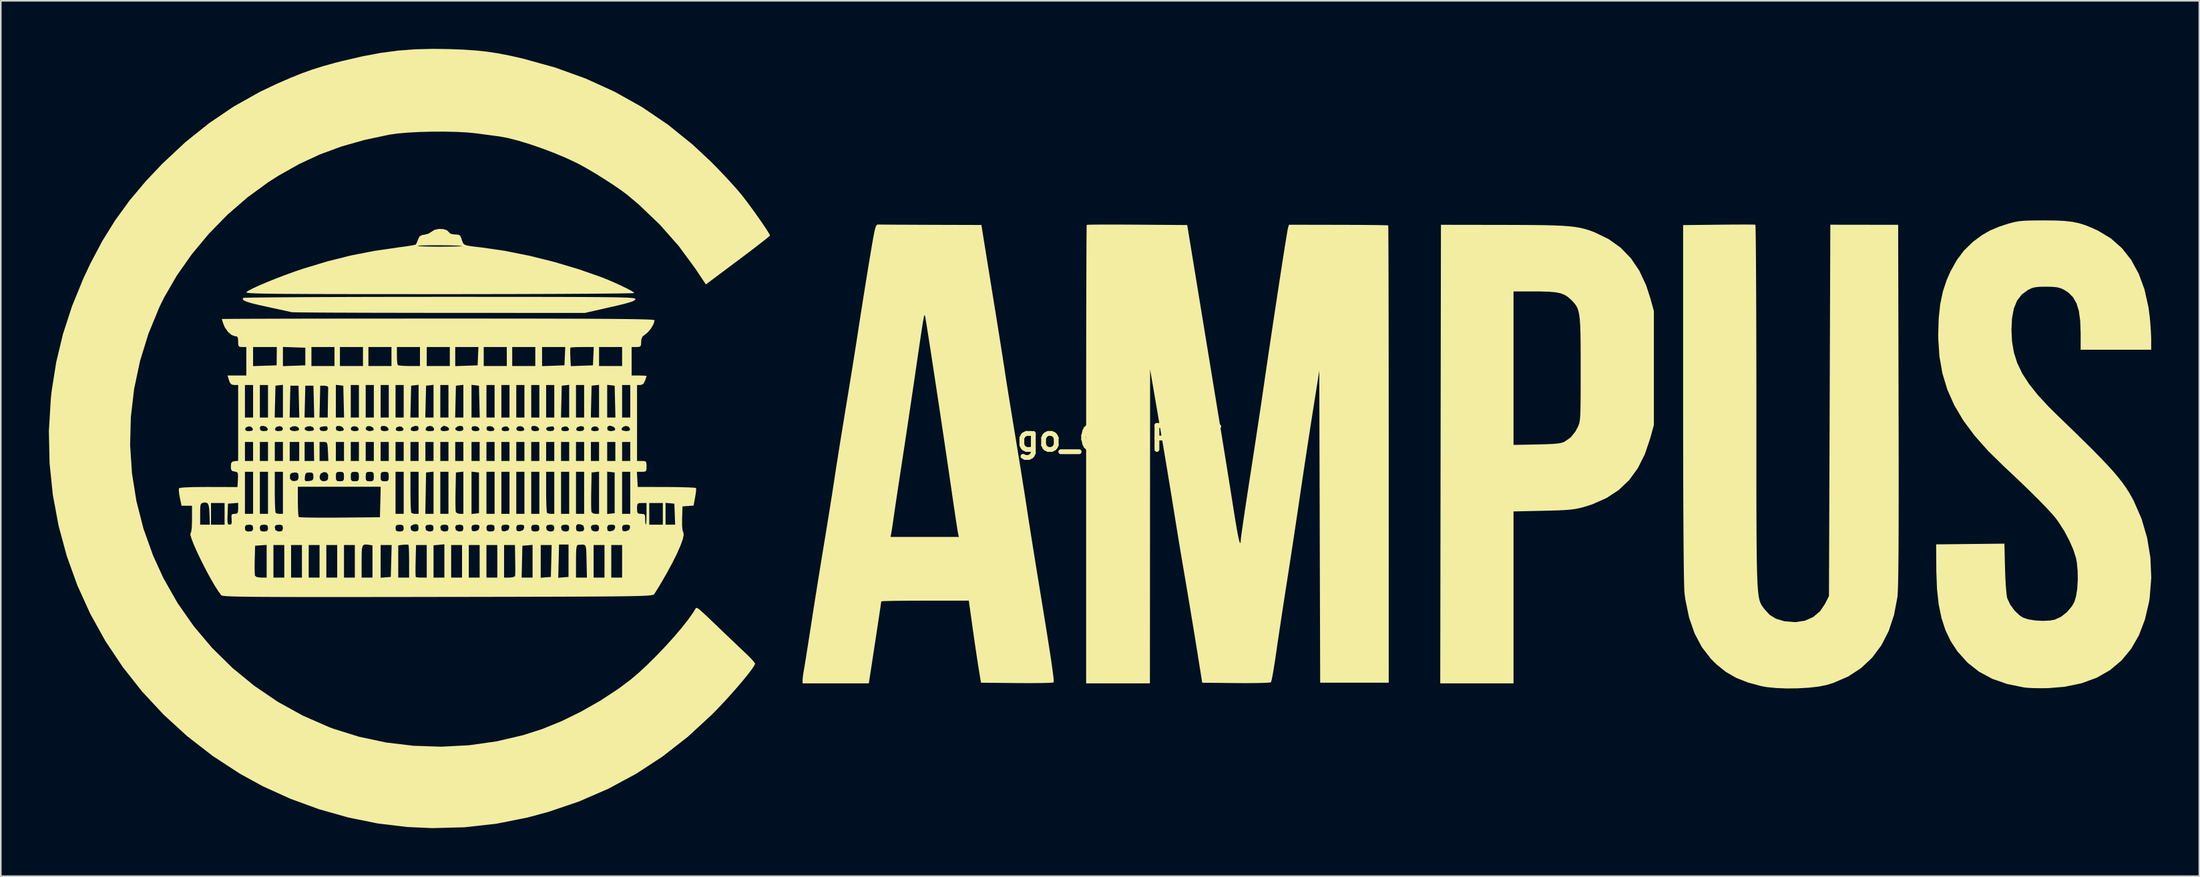
<source format=kicad_pcb>
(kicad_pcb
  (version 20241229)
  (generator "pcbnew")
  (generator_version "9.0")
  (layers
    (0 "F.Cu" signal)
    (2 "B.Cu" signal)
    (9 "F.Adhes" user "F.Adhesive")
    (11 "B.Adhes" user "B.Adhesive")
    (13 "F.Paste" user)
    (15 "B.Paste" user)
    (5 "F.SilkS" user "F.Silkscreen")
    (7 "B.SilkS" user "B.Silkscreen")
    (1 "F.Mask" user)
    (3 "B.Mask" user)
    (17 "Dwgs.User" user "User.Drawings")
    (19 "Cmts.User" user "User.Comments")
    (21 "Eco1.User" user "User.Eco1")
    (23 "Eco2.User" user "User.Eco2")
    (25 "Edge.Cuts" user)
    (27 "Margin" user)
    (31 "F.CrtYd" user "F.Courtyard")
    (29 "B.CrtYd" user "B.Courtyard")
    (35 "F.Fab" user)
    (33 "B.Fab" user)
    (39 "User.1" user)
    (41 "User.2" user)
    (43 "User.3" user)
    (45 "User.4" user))
  (footprint "Logo_CAMPUS"
    (layer "F.Cu")
    (at 65.575 24.329)
    (property "Reference" "Logo_CAMPUS" (at 0 0 0) (layer "F.SilkS") (effects (font (size 1.5 1.5) (thickness 0.3))))
    (attr board_only exclude_from_pos_files exclude_from_bom)
    (fp_poly (pts (xy -39.497 -8.848) (xy -37.976 -8.847) (xy -36.608 -8.847) (xy -35.385 -8.846) (xy -34.3 -8.844) (xy -33.343 -8.842) (xy -32.508 -8.839) (xy -31.785 -8.835) (xy -31.167 -8.831) (xy -30.645 -8.825) (xy -30.212 -8.819) (xy -29.86 -8.811) (xy -29.58 -8.802) (xy -29.365 -8.791) (xy -29.206 -8.779) (xy -29.095 -8.766) (xy -29.025 -8.75) (xy -28.986 -8.733) (xy -28.972 -8.714) (xy -28.972 -8.7) (xy -29.014 -8.64) (xy -29.129 -8.576) (xy -29.337 -8.502) (xy -29.657 -8.413) (xy -30.109 -8.303) (xy -30.566 -8.198) (xy -32.131 -7.843) (xy -41.19 -7.847) (xy -42.417 -7.848) (xy -43.599 -7.85) (xy -44.723 -7.852) (xy -45.779 -7.854) (xy -46.755 -7.858) (xy -47.641 -7.861) (xy -48.424 -7.865) (xy -49.095 -7.87) (xy -49.641 -7.875) (xy -50.051 -7.88) (xy -50.314 -7.885) (xy -50.419 -7.89) (xy -50.556 -7.92) (xy -50.827 -7.979) (xy -51.2 -8.061) (xy -51.644 -8.157) (xy -51.985 -8.231) (xy -52.546 -8.357) (xy -52.957 -8.459) (xy -53.236 -8.545) (xy -53.402 -8.621) (xy -53.472 -8.694) (xy -53.462 -8.77) (xy -53.456 -8.78) (xy -53.368 -8.788) (xy -53.121 -8.796) (xy -52.722 -8.803) (xy -52.183 -8.81) (xy -51.512 -8.816) (xy -50.72 -8.822) (xy -49.815 -8.828) (xy -48.807 -8.833) (xy -47.705 -8.837) (xy -46.519 -8.841) (xy -45.259 -8.844) (xy -43.933 -8.846) (xy -42.552 -8.847) (xy -41.179 -8.848)) (stroke (width 0) (type solid)) (fill yes) (layer "F.SilkS"))
    (fp_poly (pts (xy 25.159 -13.34) (xy 26.173 -13.337) (xy 27.035 -13.332) (xy 27.762 -13.322) (xy 28.371 -13.306) (xy 28.88 -13.283) (xy 29.305 -13.252) (xy 29.664 -13.211) (xy 29.973 -13.158) (xy 30.251 -13.092) (xy 30.513 -13.013) (xy 30.778 -12.918) (xy 30.888 -12.875) (xy 31.755 -12.456) (xy 32.505 -11.92) (xy 33.144 -11.262) (xy 33.674 -10.479) (xy 34.1 -9.566) (xy 34.362 -8.763) (xy 34.582 -7.959) (xy 34.582 -4.403) (xy 34.582 -0.847) (xy 34.357 -0.025) (xy 34.016 0.983) (xy 33.578 1.854) (xy 33.037 2.596) (xy 32.386 3.214) (xy 31.619 3.716) (xy 30.729 4.108) (xy 30.181 4.281) (xy 29.923 4.346) (xy 29.661 4.397) (xy 29.363 4.434) (xy 29.001 4.463) (xy 28.543 4.484) (xy 27.96 4.501) (xy 27.665 4.508) (xy 25.823 4.548) (xy 25.823 9.915) (xy 25.823 15.282) (xy 23.537 15.282) (xy 21.251 15.282) (xy 21.272 0.968) (xy 21.28 -4.396) (xy 25.823 -4.396) (xy 25.823 0.395) (xy 27.284 0.367) (xy 27.846 0.353) (xy 28.265 0.334) (xy 28.57 0.309) (xy 28.786 0.273) (xy 28.942 0.225) (xy 29.017 0.189) (xy 29.391 -0.076) (xy 29.68 -0.433) (xy 29.834 -0.72) (xy 29.88 -0.823) (xy 29.918 -0.931) (xy 29.948 -1.06) (xy 29.971 -1.229) (xy 29.988 -1.456) (xy 29.999 -1.758) (xy 30.007 -2.153) (xy 30.012 -2.659) (xy 30.014 -3.294) (xy 30.014 -4.075) (xy 30.014 -4.318) (xy 30.014 -5.214) (xy 30.01 -5.958) (xy 30.001 -6.567) (xy 29.984 -7.058) (xy 29.958 -7.447) (xy 29.919 -7.753) (xy 29.866 -7.991) (xy 29.796 -8.18) (xy 29.707 -8.335) (xy 29.597 -8.475) (xy 29.463 -8.617) (xy 29.434 -8.646) (xy 29.228 -8.832) (xy 29.015 -8.97) (xy 28.765 -9.068) (xy 28.451 -9.132) (xy 28.043 -9.168) (xy 27.512 -9.184) (xy 27.114 -9.186) (xy 25.823 -9.186) (xy 25.823 -4.396) (xy 21.28 -4.396) (xy 21.294 -13.346)) (stroke (width 0) (type solid)) (fill yes) (layer "F.SilkS"))
    (fp_poly (pts (xy 40.592 -13.361) (xy 40.828 -13.357) (xy 40.915 -13.351) (xy 40.923 -13.265) (xy 40.93 -13.019) (xy 40.937 -12.624) (xy 40.944 -12.089) (xy 40.95 -11.423) (xy 40.956 -10.638) (xy 40.961 -9.742) (xy 40.966 -8.746) (xy 40.97 -7.659) (xy 40.973 -6.491) (xy 40.976 -5.252) (xy 40.978 -3.952) (xy 40.979 -2.601) (xy 40.979 -2.002) (xy 40.979 -0.344) (xy 40.979 1.154) (xy 40.979 2.5) (xy 40.98 3.702) (xy 40.983 4.77) (xy 40.987 5.711) (xy 40.992 6.536) (xy 41 7.251) (xy 41.01 7.867) (xy 41.023 8.39) (xy 41.039 8.832) (xy 41.058 9.199) (xy 41.081 9.5) (xy 41.109 9.745) (xy 41.14 9.942) (xy 41.177 10.099) (xy 41.219 10.225) (xy 41.266 10.329) (xy 41.319 10.42) (xy 41.377 10.505) (xy 41.443 10.595) (xy 41.465 10.626) (xy 41.8 10.997) (xy 42.199 11.246) (xy 42.707 11.398) (xy 42.745 11.406) (xy 43.408 11.46) (xy 44.006 11.369) (xy 44.526 11.139) (xy 44.954 10.775) (xy 45.253 10.332) (xy 45.508 9.833) (xy 45.551 -1.759) (xy 45.593 -13.351) (xy 47.71 -13.348) (xy 49.826 -13.345) (xy 49.852 -2.101) (xy 49.856 -0.326) (xy 49.858 1.284) (xy 49.859 2.737) (xy 49.858 4.039) (xy 49.856 5.194) (xy 49.853 6.209) (xy 49.848 7.089) (xy 49.841 7.841) (xy 49.833 8.47) (xy 49.823 8.982) (xy 49.811 9.382) (xy 49.798 9.678) (xy 49.783 9.874) (xy 49.779 9.906) (xy 49.566 11.022) (xy 49.231 12.025) (xy 48.776 12.911) (xy 48.202 13.68) (xy 47.513 14.327) (xy 46.711 14.851) (xy 45.796 15.248) (xy 45.365 15.381) (xy 44.87 15.481) (xy 44.257 15.551) (xy 43.577 15.59) (xy 42.878 15.598) (xy 42.209 15.573) (xy 41.622 15.514) (xy 41.317 15.46) (xy 40.454 15.229) (xy 39.719 14.938) (xy 39.078 14.569) (xy 38.496 14.102) (xy 38.141 13.749) (xy 37.577 13.021) (xy 37.124 12.166) (xy 36.782 11.184) (xy 36.55 10.074) (xy 36.494 9.652) (xy 36.481 9.446) (xy 36.469 9.076) (xy 36.457 8.547) (xy 36.447 7.863) (xy 36.438 7.03) (xy 36.43 6.051) (xy 36.423 4.934) (xy 36.417 3.681) (xy 36.413 2.299) (xy 36.41 0.792) (xy 36.408 -0.834) (xy 36.407 -2.218) (xy 36.407 -13.327) (xy 38.629 -13.352) (xy 39.227 -13.358) (xy 39.768 -13.361) (xy 40.231 -13.362)) (stroke (width 0) (type solid)) (fill yes) (layer "F.SilkS"))
    (fp_poly (pts (xy -40.961 -13.078) (xy -40.736 -13.005) (xy -40.64 -12.912) (xy -40.512 -12.787) (xy -40.28 -12.743) (xy -40.227 -12.742) (xy -40.016 -12.728) (xy -39.902 -12.655) (xy -39.825 -12.475) (xy -39.806 -12.411) (xy -39.76 -12.267) (xy -39.704 -12.165) (xy -39.61 -12.096) (xy -39.446 -12.045) (xy -39.185 -12.003) (xy -38.797 -11.956) (xy -38.608 -11.935) (xy -37.15 -11.725) (xy -35.613 -11.419) (xy -34.045 -11.029) (xy -32.498 -10.568) (xy -31.115 -10.083) (xy -30.732 -9.931) (xy -30.327 -9.757) (xy -29.932 -9.578) (xy -29.575 -9.406) (xy -29.288 -9.257) (xy -29.1 -9.145) (xy -29.041 -9.088) (xy -29.124 -9.079) (xy -29.367 -9.071) (xy -29.76 -9.064) (xy -30.294 -9.056) (xy -30.96 -9.05) (xy -31.748 -9.043) (xy -32.649 -9.038) (xy -33.652 -9.032) (xy -34.75 -9.028) (xy -35.931 -9.024) (xy -37.188 -9.021) (xy -38.509 -9.019) (xy -39.887 -9.017) (xy -41.208 -9.017) (xy -42.896 -9.017) (xy -44.421 -9.018) (xy -45.793 -9.018) (xy -47.019 -9.02) (xy -48.107 -9.022) (xy -49.065 -9.024) (xy -49.9 -9.028) (xy -50.621 -9.032) (xy -51.235 -9.037) (xy -51.751 -9.043) (xy -52.175 -9.051) (xy -52.516 -9.059) (xy -52.782 -9.068) (xy -52.98 -9.079) (xy -53.119 -9.092) (xy -53.205 -9.106) (xy -53.248 -9.121) (xy -53.254 -9.138) (xy -53.249 -9.144) (xy -53.094 -9.249) (xy -52.804 -9.398) (xy -52.405 -9.579) (xy -51.924 -9.783) (xy -51.385 -10) (xy -50.815 -10.217) (xy -50.239 -10.425) (xy -49.684 -10.613) (xy -49.657 -10.622) (xy -48.163 -11.072) (xy -46.729 -11.431) (xy -45.282 -11.714) (xy -43.752 -11.937) (xy -43.738 -11.939) (xy -43.343 -11.991) (xy -43.089 -12.03) (xy -42.566 -12.03) (xy -42.503 -12.013) (xy -42.297 -11.999) (xy -41.974 -11.989) (xy -41.561 -11.982) (xy -41.19 -11.98) (xy -40.724 -11.983) (xy -40.326 -11.989) (xy -40.024 -11.998) (xy -39.844 -12.01) (xy -39.805 -12.02) (xy -39.902 -12.037) (xy -40.133 -12.05) (xy -40.463 -12.06) (xy -40.855 -12.066) (xy -41.276 -12.069) (xy -41.689 -12.068) (xy -42.059 -12.062) (xy -42.351 -12.053) (xy -42.529 -12.039) (xy -42.566 -12.03) (xy -43.089 -12.03) (xy -43.011 -12.041) (xy -42.779 -12.084) (xy -42.68 -12.113) (xy -42.68 -12.113) (xy -42.62 -12.22) (xy -42.544 -12.415) (xy -42.538 -12.431) (xy -42.444 -12.621) (xy -42.294 -12.704) (xy -42.145 -12.726) (xy -41.896 -12.789) (xy -41.703 -12.907) (xy -41.694 -12.916) (xy -41.501 -13.034) (xy -41.237 -13.088)) (stroke (width 0) (type solid)) (fill yes) (layer "F.SilkS"))
    (fp_poly (pts (xy 59.602 -13.615) (xy 60.187 -13.588) (xy 60.68 -13.533) (xy 61.117 -13.443) (xy 61.538 -13.31) (xy 61.981 -13.127) (xy 62.315 -12.97) (xy 63.105 -12.493) (xy 63.791 -11.886) (xy 64.37 -11.151) (xy 64.839 -10.291) (xy 65.198 -9.312) (xy 65.443 -8.215) (xy 65.529 -7.567) (xy 65.568 -7.12) (xy 65.599 -6.659) (xy 65.615 -6.258) (xy 65.617 -6.129) (xy 65.617 -5.546) (xy 63.415 -5.546) (xy 61.214 -5.546) (xy 61.214 -6.589) (xy 61.188 -7.344) (xy 61.104 -7.957) (xy 60.955 -8.446) (xy 60.735 -8.829) (xy 60.436 -9.125) (xy 60.172 -9.292) (xy 59.956 -9.39) (xy 59.724 -9.448) (xy 59.423 -9.475) (xy 59.055 -9.482) (xy 58.662 -9.476) (xy 58.385 -9.449) (xy 58.169 -9.393) (xy 57.962 -9.297) (xy 57.915 -9.271) (xy 57.53 -8.985) (xy 57.242 -8.604) (xy 57.044 -8.114) (xy 56.931 -7.5) (xy 56.896 -6.776) (xy 56.933 -6.047) (xy 57.051 -5.365) (xy 57.259 -4.711) (xy 57.569 -4.067) (xy 57.991 -3.413) (xy 58.534 -2.73) (xy 59.209 -1.999) (xy 59.749 -1.464) (xy 60.581 -0.661) (xy 61.299 0.039) (xy 61.915 0.649) (xy 62.438 1.18) (xy 62.881 1.645) (xy 63.253 2.055) (xy 63.565 2.424) (xy 63.829 2.763) (xy 64.056 3.084) (xy 64.255 3.399) (xy 64.438 3.721) (xy 64.53 3.895) (xy 65.017 5.01) (xy 65.364 6.199) (xy 65.567 7.434) (xy 65.621 8.69) (xy 65.522 9.939) (xy 65.48 10.209) (xy 65.223 11.306) (xy 64.851 12.28) (xy 64.363 13.13) (xy 63.762 13.855) (xy 63.047 14.455) (xy 62.219 14.928) (xy 61.281 15.273) (xy 60.231 15.491) (xy 59.224 15.577) (xy 58.766 15.585) (xy 58.313 15.579) (xy 57.923 15.561) (xy 57.698 15.539) (xy 56.637 15.324) (xy 55.7 14.997) (xy 54.876 14.555) (xy 54.159 13.991) (xy 53.539 13.302) (xy 53.518 13.274) (xy 53.106 12.647) (xy 52.779 11.966) (xy 52.531 11.209) (xy 52.356 10.357) (xy 52.25 9.388) (xy 52.208 8.282) (xy 52.207 8.17) (xy 52.197 6.604) (xy 54.327 6.581) (xy 56.456 6.559) (xy 56.495 8.105) (xy 56.513 8.624) (xy 56.538 9.105) (xy 56.57 9.515) (xy 56.604 9.818) (xy 56.633 9.967) (xy 56.817 10.362) (xy 57.095 10.742) (xy 57.418 11.048) (xy 57.617 11.174) (xy 57.946 11.284) (xy 58.377 11.354) (xy 58.848 11.38) (xy 59.296 11.359) (xy 59.592 11.307) (xy 59.982 11.13) (xy 60.359 10.833) (xy 60.672 10.463) (xy 60.819 10.202) (xy 60.929 9.841) (xy 61.002 9.365) (xy 61.035 8.822) (xy 61.027 8.264) (xy 60.977 7.739) (xy 60.923 7.453) (xy 60.761 6.944) (xy 60.509 6.367) (xy 60.193 5.774) (xy 59.84 5.219) (xy 59.66 4.975) (xy 59.414 4.684) (xy 59.055 4.296) (xy 58.599 3.828) (xy 58.062 3.294) (xy 57.458 2.709) (xy 56.803 2.089) (xy 56.455 1.765) (xy 55.445 0.775) (xy 54.592 -0.188) (xy 53.887 -1.138) (xy 53.324 -2.091) (xy 52.893 -3.062) (xy 52.589 -4.066) (xy 52.403 -5.118) (xy 52.328 -6.234) (xy 52.326 -6.509) (xy 52.357 -7.509) (xy 52.45 -8.384) (xy 52.613 -9.168) (xy 52.852 -9.894) (xy 53.08 -10.414) (xy 53.482 -11.137) (xy 53.928 -11.733) (xy 54.453 -12.246) (xy 54.549 -12.325) (xy 55.051 -12.696) (xy 55.546 -12.983) (xy 56.097 -13.218) (xy 56.602 -13.385) (xy 56.89 -13.469) (xy 57.142 -13.53) (xy 57.395 -13.572) (xy 57.685 -13.598) (xy 58.049 -13.612) (xy 58.523 -13.619) (xy 58.886 -13.62)) (stroke (width 0) (type solid)) (fill yes) (layer "F.SilkS"))
    (fp_poly (pts (xy 0.951 -13.361) (xy 1.603 -13.358) (xy 2.311 -13.354) (xy 2.342 -13.354) (xy 5.461 -13.331) (xy 6.082 -9.544) (xy 6.236 -8.602) (xy 6.411 -7.537) (xy 6.598 -6.392) (xy 6.792 -5.212) (xy 6.984 -4.04) (xy 7.167 -2.921) (xy 7.335 -1.897) (xy 7.369 -1.693) (xy 7.515 -0.799) (xy 7.664 0.116) (xy 7.811 1.023) (xy 7.951 1.893) (xy 8.081 2.699) (xy 8.195 3.413) (xy 8.289 4.006) (xy 8.338 4.318) (xy 8.462 5.095) (xy 8.566 5.704) (xy 8.651 6.146) (xy 8.717 6.422) (xy 8.764 6.533) (xy 8.791 6.48) (xy 8.8 6.348) (xy 8.814 6.212) (xy 8.851 5.927) (xy 8.91 5.512) (xy 8.986 4.987) (xy 9.078 4.37) (xy 9.182 3.68) (xy 9.296 2.936) (xy 9.358 2.538) (xy 9.491 1.682) (xy 9.627 0.791) (xy 9.763 -0.1) (xy 9.893 -0.959) (xy 10.013 -1.753) (xy 10.116 -2.448) (xy 10.199 -3.011) (xy 10.204 -3.048) (xy 10.318 -3.835) (xy 10.442 -4.675) (xy 10.572 -5.554) (xy 10.706 -6.454) (xy 10.843 -7.36) (xy 10.978 -8.255) (xy 11.11 -9.123) (xy 11.236 -9.949) (xy 11.355 -10.715) (xy 11.462 -11.405) (xy 11.556 -12.004) (xy 11.635 -12.494) (xy 11.696 -12.861) (xy 11.736 -13.087) (xy 11.75 -13.152) (xy 11.811 -13.35) (xy 14.892 -13.344) (xy 15.597 -13.342) (xy 16.247 -13.339) (xy 16.823 -13.334) (xy 17.306 -13.329) (xy 17.676 -13.322) (xy 17.915 -13.315) (xy 18.004 -13.308) (xy 18.004 -13.308) (xy 18.007 -13.222) (xy 18.011 -12.975) (xy 18.014 -12.576) (xy 18.017 -12.034) (xy 18.02 -11.358) (xy 18.022 -10.556) (xy 18.025 -9.637) (xy 18.027 -8.611) (xy 18.029 -7.485) (xy 18.031 -6.268) (xy 18.032 -4.97) (xy 18.033 -3.599) (xy 18.034 -2.164) (xy 18.035 -0.673) (xy 18.035 0.864) (xy 18.035 0.981) (xy 18.036 15.24) (xy 15.897 15.24) (xy 13.758 15.24) (xy 13.73 5.503) (xy 13.702 -4.233) (xy 13.287 -1.609) (xy 13.157 -0.781) (xy 13.012 0.156) (xy 12.861 1.144) (xy 12.713 2.124) (xy 12.576 3.039) (xy 12.488 3.641) (xy 12.368 4.454) (xy 12.229 5.379) (xy 12.081 6.36) (xy 11.931 7.341) (xy 11.789 8.266) (xy 11.678 8.975) (xy 11.559 9.738) (xy 11.435 10.542) (xy 11.313 11.345) (xy 11.198 12.108) (xy 11.096 12.79) (xy 11.015 13.351) (xy 11.006 13.412) (xy 10.929 13.935) (xy 10.854 14.402) (xy 10.787 14.787) (xy 10.732 15.062) (xy 10.693 15.202) (xy 10.687 15.212) (xy 10.586 15.232) (xy 10.339 15.247) (xy 9.97 15.258) (xy 9.503 15.265) (xy 8.962 15.266) (xy 8.505 15.263) (xy 6.397 15.24) (xy 6.249 14.309) (xy 6.101 13.388) (xy 5.943 12.411) (xy 5.78 11.418) (xy 5.619 10.447) (xy 5.467 9.539) (xy 5.33 8.731) (xy 5.248 8.255) (xy 5.162 7.753) (xy 5.057 7.126) (xy 4.939 6.417) (xy 4.817 5.669) (xy 4.696 4.926) (xy 4.613 4.403) (xy 4.504 3.729) (xy 4.373 2.929) (xy 4.227 2.046) (xy 4.073 1.121) (xy 3.917 0.195) (xy 3.767 -0.691) (xy 3.69 -1.143) (xy 3.145 -4.318) (xy 3.139 5.482) (xy 3.133 15.282) (xy 1.143 15.282) (xy -0.847 15.282) (xy -0.847 0.988) (xy -0.846 -0.555) (xy -0.846 -2.052) (xy -0.845 -3.493) (xy -0.844 -4.872) (xy -0.842 -6.178) (xy -0.84 -7.403) (xy -0.838 -8.539) (xy -0.835 -9.576) (xy -0.832 -10.505) (xy -0.829 -11.319) (xy -0.826 -12.008) (xy -0.823 -12.563) (xy -0.819 -12.976) (xy -0.816 -13.239) (xy -0.812 -13.341) (xy -0.811 -13.342) (xy -0.722 -13.349) (xy -0.482 -13.355) (xy -0.11 -13.359) (xy 0.374 -13.361)) (stroke (width 0) (type solid)) (fill yes) (layer "F.SilkS"))
    (fp_poly (pts (xy -13.691 -13.361) (xy -13.417 -13.358) (xy -13.014 -13.355) (xy -12.503 -13.352) (xy -11.902 -13.35) (xy -11.233 -13.347) (xy -10.515 -13.344) (xy -10.506 -13.344) (xy -7.381 -13.335) (xy -7.291 -12.764) (xy -7.258 -12.558) (xy -7.201 -12.206) (xy -7.124 -11.729) (xy -7.03 -11.146) (xy -6.922 -10.479) (xy -6.804 -9.748) (xy -6.679 -8.975) (xy -6.61 -8.551) (xy -6.482 -7.758) (xy -6.359 -6.992) (xy -6.245 -6.276) (xy -6.142 -5.63) (xy -6.055 -5.076) (xy -5.986 -4.636) (xy -5.939 -4.33) (xy -5.925 -4.233) (xy -5.889 -3.996) (xy -5.83 -3.615) (xy -5.75 -3.113) (xy -5.653 -2.514) (xy -5.544 -1.841) (xy -5.426 -1.116) (xy -5.302 -0.364) (xy -5.291 -0.296) (xy -5.16 0.502) (xy -5.028 1.312) (xy -4.9 2.105) (xy -4.781 2.849) (xy -4.675 3.514) (xy -4.589 4.07) (xy -4.532 4.445) (xy -4.464 4.892) (xy -4.373 5.473) (xy -4.265 6.156) (xy -4.145 6.908) (xy -4.018 7.697) (xy -3.89 8.489) (xy -3.81 8.975) (xy -3.608 10.204) (xy -3.434 11.276) (xy -3.286 12.197) (xy -3.163 12.978) (xy -3.062 13.626) (xy -2.985 14.151) (xy -2.928 14.561) (xy -2.89 14.864) (xy -2.871 15.07) (xy -2.869 15.187) (xy -2.877 15.22) (xy -2.973 15.237) (xy -3.216 15.25) (xy -3.582 15.26) (xy -4.05 15.265) (xy -4.595 15.266) (xy -5.17 15.263) (xy -7.408 15.24) (xy -7.548 14.393) (xy -7.605 14.035) (xy -7.678 13.553) (xy -7.762 12.992) (xy -7.848 12.395) (xy -7.928 11.832) (xy -8.168 10.118) (xy -10.9 10.118) (xy -11.561 10.119) (xy -12.164 10.123) (xy -12.689 10.129) (xy -13.118 10.137) (xy -13.428 10.146) (xy -13.602 10.157) (xy -13.631 10.163) (xy -13.644 10.254) (xy -13.678 10.491) (xy -13.732 10.851) (xy -13.802 11.314) (xy -13.884 11.856) (xy -13.975 12.458) (xy -14.073 13.096) (xy -14.172 13.749) (xy -14.272 14.396) (xy -14.359 14.965) (xy -14.408 15.282) (xy -16.475 15.282) (xy -18.542 15.282) (xy -18.542 15.082) (xy -18.526 14.88) (xy -18.486 14.599) (xy -18.463 14.464) (xy -18.43 14.275) (xy -18.375 13.943) (xy -18.303 13.494) (xy -18.218 12.953) (xy -18.122 12.345) (xy -18.021 11.695) (xy -17.993 11.51) (xy -17.867 10.698) (xy -17.722 9.781) (xy -17.568 8.817) (xy -17.414 7.866) (xy -17.27 6.985) (xy -17.186 6.477) (xy -17.13 6.138) (xy -13.052 6.138) (xy -10.92 6.138) (xy -8.787 6.138) (xy -8.834 5.948) (xy -8.858 5.817) (xy -8.902 5.541) (xy -8.963 5.145) (xy -9.037 4.651) (xy -9.121 4.084) (xy -9.212 3.466) (xy -9.223 3.387) (xy -9.338 2.594) (xy -9.463 1.743) (xy -9.595 0.849) (xy -9.732 -0.072) (xy -9.872 -1.006) (xy -10.011 -1.936) (xy -10.149 -2.848) (xy -10.282 -3.725) (xy -10.408 -4.553) (xy -10.525 -5.316) (xy -10.631 -5.998) (xy -10.723 -6.584) (xy -10.798 -7.059) (xy -10.855 -7.407) (xy -10.891 -7.613) (xy -10.902 -7.662) (xy -10.916 -7.696) (xy -10.931 -7.704) (xy -10.948 -7.675) (xy -10.971 -7.592) (xy -11 -7.444) (xy -11.04 -7.216) (xy -11.091 -6.894) (xy -11.156 -6.465) (xy -11.238 -5.914) (xy -11.339 -5.228) (xy -11.461 -4.393) (xy -11.509 -4.064) (xy -11.635 -3.207) (xy -11.776 -2.255) (xy -11.925 -1.259) (xy -12.073 -0.27) (xy -12.214 0.662) (xy -12.34 1.485) (xy -12.359 1.609) (xy -12.465 2.302) (xy -12.567 2.974) (xy -12.661 3.597) (xy -12.744 4.145) (xy -12.81 4.59) (xy -12.856 4.907) (xy -12.868 4.995) (xy -12.918 5.349) (xy -12.966 5.664) (xy -13.002 5.882) (xy -13.007 5.905) (xy -13.052 6.138) (xy -17.13 6.138) (xy -17.067 5.752) (xy -16.944 4.996) (xy -16.824 4.249) (xy -16.713 3.552) (xy -16.619 2.944) (xy -16.551 2.498) (xy -16.483 2.048) (xy -16.392 1.465) (xy -16.284 0.78) (xy -16.163 0.028) (xy -16.035 -0.758) (xy -15.906 -1.546) (xy -15.833 -1.99) (xy -15.703 -2.78) (xy -15.569 -3.602) (xy -15.436 -4.419) (xy -15.312 -5.197) (xy -15.201 -5.898) (xy -15.11 -6.486) (xy -15.073 -6.731) (xy -14.985 -7.302) (xy -14.877 -7.995) (xy -14.755 -8.764) (xy -14.627 -9.563) (xy -14.5 -10.347) (xy -14.406 -10.92) (xy -14.289 -11.624) (xy -14.195 -12.179) (xy -14.12 -12.602) (xy -14.059 -12.911) (xy -14.007 -13.123) (xy -13.961 -13.257) (xy -13.917 -13.33) (xy -13.87 -13.359) (xy -13.816 -13.363)) (stroke (width 0) (type solid)) (fill yes) (layer "F.SilkS"))
    (fp_poly (pts (xy -40.598 -24.315) (xy -39.697 -24.28) (xy -38.914 -24.227) (xy -38.195 -24.149) (xy -37.489 -24.04) (xy -36.743 -23.892) (xy -35.98 -23.718) (xy -33.971 -23.16) (xy -32.069 -22.472) (xy -30.268 -21.652) (xy -28.562 -20.696) (xy -26.946 -19.601) (xy -25.414 -18.364) (xy -24.249 -17.275) (xy -23.815 -16.834) (xy -23.374 -16.371) (xy -22.96 -15.922) (xy -22.603 -15.521) (xy -22.335 -15.201) (xy -22.332 -15.198) (xy -22.073 -14.863) (xy -21.79 -14.483) (xy -21.5 -14.084) (xy -21.222 -13.69) (xy -20.972 -13.327) (xy -20.77 -13.021) (xy -20.631 -12.798) (xy -20.576 -12.681) (xy -20.575 -12.677) (xy -20.641 -12.612) (xy -20.825 -12.46) (xy -21.113 -12.234) (xy -21.485 -11.945) (xy -21.927 -11.608) (xy -22.421 -11.236) (xy -22.576 -11.12) (xy -24.576 -9.624) (xy -25.241 -10.62) (xy -26.274 -12.024) (xy -27.453 -13.359) (xy -28.759 -14.608) (xy -29.487 -15.219) (xy -29.857 -15.496) (xy -30.336 -15.826) (xy -30.88 -16.181) (xy -31.447 -16.533) (xy -31.995 -16.858) (xy -32.482 -17.127) (xy -32.639 -17.208) (xy -33.306 -17.52) (xy -34.04 -17.828) (xy -34.805 -18.118) (xy -35.566 -18.379) (xy -36.287 -18.598) (xy -36.933 -18.764) (xy -37.468 -18.864) (xy -37.507 -18.869) (xy -37.706 -18.894) (xy -38.028 -18.937) (xy -38.429 -18.991) (xy -38.862 -19.05) (xy -39.436 -19.108) (xy -40.123 -19.145) (xy -40.884 -19.162) (xy -41.677 -19.16) (xy -42.461 -19.139) (xy -43.196 -19.099) (xy -43.841 -19.042) (xy -44.323 -18.973) (xy -45.886 -18.641) (xy -47.325 -18.232) (xy -48.675 -17.733) (xy -49.968 -17.132) (xy -51.238 -16.416) (xy -51.88 -16.007) (xy -53.186 -15.055) (xy -54.429 -13.975) (xy -55.589 -12.789) (xy -56.647 -11.519) (xy -57.584 -10.188) (xy -58.378 -8.817) (xy -58.673 -8.219) (xy -59.362 -6.545) (xy -59.889 -4.835) (xy -60.255 -3.098) (xy -60.46 -1.346) (xy -60.505 0.413) (xy -60.389 2.166) (xy -60.112 3.904) (xy -59.675 5.616) (xy -59.077 7.292) (xy -58.427 8.713) (xy -57.549 10.26) (xy -56.533 11.714) (xy -55.39 13.067) (xy -54.129 14.309) (xy -52.759 15.433) (xy -51.291 16.43) (xy -49.733 17.292) (xy -48.096 18.009) (xy -47.825 18.111) (xy -46.209 18.616) (xy -44.534 18.972) (xy -42.818 19.178) (xy -41.084 19.235) (xy -39.351 19.144) (xy -37.64 18.903) (xy -35.971 18.512) (xy -34.774 18.127) (xy -33.582 17.641) (xy -32.361 17.042) (xy -31.162 16.36) (xy -30.04 15.624) (xy -29.278 15.053) (xy -28.778 14.629) (xy -28.236 14.126) (xy -27.673 13.569) (xy -27.113 12.983) (xy -26.58 12.393) (xy -26.095 11.824) (xy -25.682 11.302) (xy -25.364 10.851) (xy -25.245 10.654) (xy -25.215 10.602) (xy -25.182 10.571) (xy -25.132 10.573) (xy -25.049 10.619) (xy -24.92 10.722) (xy -24.728 10.893) (xy -24.459 11.145) (xy -24.099 11.489) (xy -23.632 11.936) (xy -23.581 11.986) (xy -23.196 12.354) (xy -22.797 12.734) (xy -22.428 13.086) (xy -22.129 13.368) (xy -22.077 13.417) (xy -21.826 13.663) (xy -21.632 13.872) (xy -21.521 14.014) (xy -21.505 14.051) (xy -21.561 14.181) (xy -21.718 14.414) (xy -21.959 14.73) (xy -22.268 15.11) (xy -22.629 15.534) (xy -23.025 15.984) (xy -23.44 16.439) (xy -23.856 16.881) (xy -24.205 17.236) (xy -25.701 18.614) (xy -27.275 19.844) (xy -28.929 20.926) (xy -30.668 21.862) (xy -32.496 22.656) (xy -34.417 23.309) (xy -35.72 23.66) (xy -37.666 24.046) (xy -39.644 24.265) (xy -41.655 24.318) (xy -43.22 24.247) (xy -45.047 24.028) (xy -46.889 23.655) (xy -48.719 23.138) (xy -50.507 22.484) (xy -52.224 21.705) (xy -53.646 20.926) (xy -55.353 19.812) (xy -56.943 18.58) (xy -58.411 17.238) (xy -59.755 15.794) (xy -60.969 14.257) (xy -62.051 12.633) (xy -62.996 10.931) (xy -63.8 9.159) (xy -64.46 7.325) (xy -64.971 5.436) (xy -65.33 3.501) (xy -65.532 1.528) (xy -65.575 -0.477) (xy -65.453 -2.503) (xy -65.402 -2.972) (xy -65.118 -4.765) (xy -64.697 -6.521) (xy -64.131 -8.265) (xy -63.413 -10.019) (xy -62.976 -10.946) (xy -62.236 -12.342) (xy -61.431 -13.637) (xy -60.536 -14.868) (xy -59.525 -16.071) (xy -58.505 -17.149) (xy -57.067 -18.495) (xy -55.583 -19.685) (xy -54.039 -20.73) (xy -52.418 -21.64) (xy -51.306 -22.169) (xy -50.502 -22.517) (xy -49.792 -22.802) (xy -49.125 -23.042) (xy -48.446 -23.255) (xy -47.702 -23.46) (xy -47.251 -23.575) (xy -46.018 -23.861) (xy -44.884 -24.074) (xy -43.799 -24.219) (xy -42.712 -24.302) (xy -41.572 -24.329)) (stroke (width 0) (type solid)) (fill yes) (layer "F.SilkS"))
    (fp_poly (pts (xy -39.443 -7.493) (xy -37.773 -7.492) (xy -36.259 -7.491) (xy -34.896 -7.489) (xy -33.675 -7.486) (xy -32.59 -7.483) (xy -31.635 -7.479) (xy -30.804 -7.474) (xy -30.089 -7.468) (xy -29.484 -7.462) (xy -28.982 -7.454) (xy -28.577 -7.445) (xy -28.263 -7.435) (xy -28.032 -7.425) (xy -27.878 -7.412) (xy -27.795 -7.399) (xy -27.775 -7.387) (xy -27.843 -7.145) (xy -28.003 -6.868) (xy -28.21 -6.624) (xy -28.339 -6.521) (xy -28.528 -6.369) (xy -28.604 -6.187) (xy -28.614 -6.033) (xy -28.627 -5.825) (xy -28.692 -5.736) (xy -28.857 -5.715) (xy -28.914 -5.715) (xy -29.21 -5.715) (xy -29.21 -4.826) (xy -29.21 -3.937) (xy -28.744 -3.937) (xy -28.489 -3.932) (xy -28.32 -3.92) (xy -28.279 -3.907) (xy -28.304 -3.815) (xy -28.364 -3.631) (xy -28.372 -3.611) (xy -28.479 -3.413) (xy -28.635 -3.346) (xy -28.668 -3.344) (xy -28.871 -3.344) (xy -28.871 -0.974) (xy -28.871 1.397) (xy -28.575 1.397) (xy -28.385 1.407) (xy -28.301 1.471) (xy -28.279 1.636) (xy -28.279 1.736) (xy -28.288 1.952) (xy -28.343 2.049) (xy -28.489 2.074) (xy -28.579 2.074) (xy -28.88 2.074) (xy -28.854 2.547) (xy -28.829 3.019) (xy -27.028 3.023) (xy -26.494 3.027) (xy -26.019 3.036) (xy -25.628 3.049) (xy -25.348 3.064) (xy -25.203 3.082) (xy -25.189 3.089) (xy -25.184 3.198) (xy -25.208 3.422) (xy -25.248 3.666) (xy -25.344 4.183) (xy -25.689 4.208) (xy -26.035 4.233) (xy -26.06 4.983) (xy -26.061 5.416) (xy -26.034 5.713) (xy -25.985 5.851) (xy -25.958 6.007) (xy -26.019 6.29) (xy -26.161 6.684) (xy -26.378 7.177) (xy -26.665 7.753) (xy -27.014 8.398) (xy -27.322 8.932) (xy -27.506 9.24) (xy -27.669 9.506) (xy -27.784 9.684) (xy -27.807 9.716) (xy -27.828 9.736) (xy -27.866 9.753) (xy -27.928 9.77) (xy -28.023 9.784) (xy -28.158 9.797) (xy -28.341 9.809) (xy -28.58 9.82) (xy -28.882 9.829) (xy -29.256 9.837) (xy -29.709 9.844) (xy -30.249 9.851) (xy -30.884 9.856) (xy -31.622 9.861) (xy -32.47 9.865) (xy -33.436 9.869) (xy -34.528 9.872) (xy -35.754 9.875) (xy -37.121 9.878) (xy -38.638 9.881) (xy -40.312 9.884) (xy -41.312 9.885) (xy -43.091 9.888) (xy -44.708 9.89) (xy -46.171 9.891) (xy -47.488 9.892) (xy -48.665 9.892) (xy -49.711 9.891) (xy -50.634 9.89) (xy -51.44 9.887) (xy -52.138 9.883) (xy -52.735 9.879) (xy -53.238 9.873) (xy -53.656 9.866) (xy -53.995 9.858) (xy -54.264 9.848) (xy -54.47 9.838) (xy -54.62 9.825) (xy -54.723 9.812) (xy -54.785 9.796) (xy -54.815 9.78) (xy -54.816 9.779) (xy -54.995 9.541) (xy -55.208 9.209) (xy -55.443 8.807) (xy -55.508 8.689) (xy -33.787 8.689) (xy -33.467 8.662) (xy -33.147 8.636) (xy -33.147 7.662) (xy -32.681 7.662) (xy -32.681 8.678) (xy -32.34 8.678) (xy -31.999 8.678) (xy -32.022 7.662) (xy -31.581 7.662) (xy -31.581 8.678) (xy -31.242 8.678) (xy -30.903 8.678) (xy -30.903 7.662) (xy -30.48 7.662) (xy -30.48 8.678) (xy -30.141 8.678) (xy -29.803 8.678) (xy -29.803 7.662) (xy -29.803 6.646) (xy -30.141 6.646) (xy -30.48 6.646) (xy -30.48 7.662) (xy -30.903 7.662) (xy -30.903 6.646) (xy -31.242 6.646) (xy -31.581 6.646) (xy -31.581 7.662) (xy -32.022 7.662) (xy -32.023 7.643) (xy -32.032 7.207) (xy -32.045 6.912) (xy -32.076 6.733) (xy -32.139 6.644) (xy -32.249 6.617) (xy -32.418 6.626) (xy -32.554 6.637) (xy -32.609 6.667) (xy -32.646 6.766) (xy -32.668 6.96) (xy -32.679 7.274) (xy -32.681 7.662) (xy -33.147 7.662) (xy -33.147 7.626) (xy -33.147 6.616) (xy -33.443 6.615) (xy -33.74 6.615) (xy -33.763 7.652) (xy -33.787 8.689) (xy -55.508 8.689) (xy -55.69 8.358) (xy -55.902 7.95) (xy -52.736 7.95) (xy -52.733 8.271) (xy -52.722 8.493) (xy -52.711 8.567) (xy -52.599 8.643) (xy -52.369 8.678) (xy -52.327 8.678) (xy -51.985 8.678) (xy -51.985 7.662) (xy -51.562 7.662) (xy -51.562 8.678) (xy -51.223 8.678) (xy -50.885 8.678) (xy -50.885 7.662) (xy -50.461 7.662) (xy -50.461 8.678) (xy -50.123 8.678) (xy -49.784 8.678) (xy -49.784 7.662) (xy -49.361 7.662) (xy -49.361 8.678) (xy -49.022 8.678) (xy -48.683 8.678) (xy -48.683 7.662) (xy -48.26 7.662) (xy -48.26 8.678) (xy -47.921 8.678) (xy -47.583 8.678) (xy -47.583 7.662) (xy -47.159 7.662) (xy -47.159 8.678) (xy -46.821 8.678) (xy -46.482 8.678) (xy -46.482 7.669) (xy -46.059 7.669) (xy -46.059 8.678) (xy -45.72 8.678) (xy -45.381 8.678) (xy -45.381 7.672) (xy -45.381 7.667) (xy -44.873 7.667) (xy -44.873 8.689) (xy -44.556 8.662) (xy -44.238 8.636) (xy -44.211 7.641) (xy -44.185 6.665) (xy -43.773 6.665) (xy -43.773 7.672) (xy -43.773 8.678) (xy -43.434 8.678) (xy -43.095 8.678) (xy -43.095 8.339) (xy -42.696 8.339) (xy -42.69 8.56) (xy -42.679 8.643) (xy -42.58 8.666) (xy -42.377 8.678) (xy -42.319 8.678) (xy -41.995 8.678) (xy -41.995 7.662) (xy -41.995 6.664) (xy -41.571 6.664) (xy -41.571 7.671) (xy -41.571 8.678) (xy -41.233 8.678) (xy -40.894 8.678) (xy -40.894 7.662) (xy -40.471 7.662) (xy -40.471 8.678) (xy -40.132 8.678) (xy -39.793 8.678) (xy -39.793 7.662) (xy -39.37 7.662) (xy -39.37 8.678) (xy -39.031 8.678) (xy -38.693 8.678) (xy -38.693 7.662) (xy -38.269 7.662) (xy -38.269 8.678) (xy -37.931 8.678) (xy -37.592 8.678) (xy -37.592 7.662) (xy -37.169 7.662) (xy -37.169 8.678) (xy -36.83 8.678) (xy -36.073 8.678) (xy -35.732 8.678) (xy -35.391 8.678) (xy -35.391 7.667) (xy -34.883 7.667) (xy -34.883 8.689) (xy -34.565 8.662) (xy -34.248 8.636) (xy -34.224 7.641) (xy -34.2 6.646) (xy -34.541 6.646) (xy -34.883 6.646) (xy -34.883 7.667) (xy -35.391 7.667) (xy -35.391 7.657) (xy -35.391 6.636) (xy -35.708 6.662) (xy -36.026 6.689) (xy -36.05 7.683) (xy -36.073 8.678) (xy -36.83 8.678) (xy -36.592 8.653) (xy -36.484 8.585) (xy -36.481 8.572) (xy -36.473 8.445) (xy -36.469 8.266) (xy -36.47 8.002) (xy -36.475 7.618) (xy -36.478 7.387) (xy -36.491 6.646) (xy -36.83 6.646) (xy -37.169 6.646) (xy -37.169 7.662) (xy -37.592 7.662) (xy -37.592 6.646) (xy -37.931 6.646) (xy -38.269 6.646) (xy -38.269 7.662) (xy -38.693 7.662) (xy -38.693 6.646) (xy -39.031 6.646) (xy -39.37 6.646) (xy -39.37 7.662) (xy -39.793 7.662) (xy -39.793 6.646) (xy -40.132 6.646) (xy -40.471 6.646) (xy -40.471 7.662) (xy -40.894 7.662) (xy -40.894 7.639) (xy -40.894 6.6) (xy -41.233 6.632) (xy -41.571 6.664) (xy -41.995 6.664) (xy -41.995 6.646) (xy -42.328 6.646) (xy -42.662 6.646) (xy -42.688 7.627) (xy -42.696 8.016) (xy -42.696 8.339) (xy -43.095 8.339) (xy -43.095 7.676) (xy -43.099 7.282) (xy -43.107 6.954) (xy -43.12 6.727) (xy -43.135 6.635) (xy -43.237 6.617) (xy -43.437 6.626) (xy -43.474 6.63) (xy -43.773 6.665) (xy -44.185 6.665) (xy -44.185 6.646) (xy -44.529 6.646) (xy -44.873 6.646) (xy -44.873 7.667) (xy -45.381 7.667) (xy -45.381 6.666) (xy -45.622 6.63) (xy -45.8 6.611) (xy -45.921 6.631) (xy -45.997 6.715) (xy -46.038 6.89) (xy -46.055 7.181) (xy -46.059 7.613) (xy -46.059 7.669) (xy -46.482 7.669) (xy -46.482 7.662) (xy -46.482 6.646) (xy -46.821 6.646) (xy -47.159 6.646) (xy -47.159 7.662) (xy -47.583 7.662) (xy -47.583 6.646) (xy -47.921 6.646) (xy -48.26 6.646) (xy -48.26 7.662) (xy -48.683 7.662) (xy -48.683 6.646) (xy -49.022 6.646) (xy -49.361 6.646) (xy -49.361 7.662) (xy -49.784 7.662) (xy -49.784 6.646) (xy -50.123 6.646) (xy -50.461 6.646) (xy -50.461 7.662) (xy -50.885 7.662) (xy -50.885 6.646) (xy -51.223 6.646) (xy -51.562 6.646) (xy -51.562 7.662) (xy -51.985 7.662) (xy -51.985 7.657) (xy -51.985 6.637) (xy -52.345 6.663) (xy -52.705 6.689) (xy -52.729 7.572) (xy -52.736 7.95) (xy -55.902 7.95) (xy -55.935 7.887) (xy -56.168 7.416) (xy -56.377 6.97) (xy -56.55 6.573) (xy -56.676 6.247) (xy -56.742 6.016) (xy -56.738 5.905) (xy -56.729 5.899) (xy -56.689 5.804) (xy -56.662 5.588) (xy -53.34 5.588) (xy -53.313 5.739) (xy -53.196 5.795) (xy -53.086 5.8) (xy -52.904 5.777) (xy -52.838 5.68) (xy -52.832 5.588) (xy -52.409 5.588) (xy -52.381 5.739) (xy -52.265 5.795) (xy -52.155 5.8) (xy -51.973 5.777) (xy -51.907 5.68) (xy -51.901 5.588) (xy -51.911 5.532) (xy -51.477 5.532) (xy -51.437 5.715) (xy -51.291 5.791) (xy -51.167 5.8) (xy -51.015 5.761) (xy -50.97 5.614) (xy -50.969 5.588) (xy -43.942 5.588) (xy -43.915 5.739) (xy -43.798 5.795) (xy -43.688 5.8) (xy -43.506 5.777) (xy -43.44 5.68) (xy -43.434 5.588) (xy -43.442 5.541) (xy -43.011 5.541) (xy -42.968 5.718) (xy -42.817 5.792) (xy -42.7 5.8) (xy -42.545 5.758) (xy -42.503 5.604) (xy -42.503 5.602) (xy -42.511 5.532) (xy -42.079 5.532) (xy -42.039 5.715) (xy -41.893 5.791) (xy -41.769 5.8) (xy -41.617 5.761) (xy -41.572 5.614) (xy -41.571 5.588) (xy -41.582 5.532) (xy -41.148 5.532) (xy -41.107 5.715) (xy -40.962 5.791) (xy -40.838 5.8) (xy -40.686 5.761) (xy -40.64 5.614) (xy -40.64 5.588) (xy -40.65 5.532) (xy -40.217 5.532) (xy -40.176 5.715) (xy -40.031 5.791) (xy -39.906 5.8) (xy -39.755 5.761) (xy -39.709 5.614) (xy -39.709 5.594) (xy -39.201 5.594) (xy -39.176 5.748) (xy -39.068 5.791) (xy -38.968 5.784) (xy -38.776 5.714) (xy -38.718 5.588) (xy -38.269 5.588) (xy -38.242 5.739) (xy -38.126 5.795) (xy -38.015 5.8) (xy -37.834 5.777) (xy -37.767 5.68) (xy -37.762 5.594) (xy -37.338 5.594) (xy -37.314 5.748) (xy -37.205 5.791) (xy -37.105 5.784) (xy -36.914 5.714) (xy -36.858 5.594) (xy -36.407 5.594) (xy -36.382 5.748) (xy -36.274 5.791) (xy -36.174 5.784) (xy -35.982 5.714) (xy -35.924 5.588) (xy -35.475 5.588) (xy -35.448 5.739) (xy -35.332 5.795) (xy -35.221 5.8) (xy -35.04 5.777) (xy -34.973 5.68) (xy -34.967 5.588) (xy -34.978 5.532) (xy -34.544 5.532) (xy -34.503 5.715) (xy -34.358 5.791) (xy -34.234 5.8) (xy -34.082 5.761) (xy -34.036 5.614) (xy -34.036 5.588) (xy -34.046 5.532) (xy -33.613 5.532) (xy -33.572 5.715) (xy -33.427 5.791) (xy -33.302 5.8) (xy -33.151 5.761) (xy -33.105 5.614) (xy -33.105 5.602) (xy -32.681 5.602) (xy -32.651 5.744) (xy -32.526 5.796) (xy -32.427 5.8) (xy -32.245 5.776) (xy -32.179 5.679) (xy -32.173 5.598) (xy -32.194 5.532) (xy -31.75 5.532) (xy -31.709 5.715) (xy -31.564 5.791) (xy -31.44 5.8) (xy -31.288 5.761) (xy -31.242 5.614) (xy -31.242 5.594) (xy -30.734 5.594) (xy -30.71 5.748) (xy -30.601 5.791) (xy -30.501 5.784) (xy -30.31 5.714) (xy -30.254 5.594) (xy -29.803 5.594) (xy -29.778 5.748) (xy -29.67 5.791) (xy -29.57 5.784) (xy -29.378 5.714) (xy -29.31 5.567) (xy -29.317 5.433) (xy -29.42 5.382) (xy -29.543 5.376) (xy -29.727 5.398) (xy -29.795 5.49) (xy -29.803 5.594) (xy -30.254 5.594) (xy -30.241 5.567) (xy -30.248 5.433) (xy -30.351 5.382) (xy -30.474 5.376) (xy -30.658 5.398) (xy -30.727 5.49) (xy -30.734 5.594) (xy -31.242 5.594) (xy -31.242 5.588) (xy -31.269 5.437) (xy -31.386 5.381) (xy -31.496 5.376) (xy -31.685 5.405) (xy -31.749 5.507) (xy -31.75 5.532) (xy -32.194 5.532) (xy -32.225 5.427) (xy -32.383 5.356) (xy -32.581 5.343) (xy -32.666 5.43) (xy -32.681 5.602) (xy -33.105 5.602) (xy -33.105 5.588) (xy -33.132 5.437) (xy -33.248 5.381) (xy -33.359 5.376) (xy -33.548 5.405) (xy -33.612 5.507) (xy -33.613 5.532) (xy -34.046 5.532) (xy -34.063 5.437) (xy -34.18 5.381) (xy -34.29 5.376) (xy -34.479 5.405) (xy -34.543 5.507) (xy -34.544 5.532) (xy -34.978 5.532) (xy -34.995 5.437) (xy -35.111 5.381) (xy -35.221 5.376) (xy -35.403 5.399) (xy -35.469 5.496) (xy -35.475 5.588) (xy -35.924 5.588) (xy -35.914 5.567) (xy -35.921 5.433) (xy -36.024 5.382) (xy -36.147 5.376) (xy -36.331 5.398) (xy -36.399 5.49) (xy -36.407 5.594) (xy -36.858 5.594) (xy -36.845 5.567) (xy -36.852 5.433) (xy -36.955 5.382) (xy -37.078 5.376) (xy -37.262 5.398) (xy -37.331 5.49) (xy -37.338 5.594) (xy -37.762 5.594) (xy -37.761 5.588) (xy -37.789 5.437) (xy -37.905 5.381) (xy -38.015 5.376) (xy -38.197 5.399) (xy -38.263 5.496) (xy -38.269 5.588) (xy -38.718 5.588) (xy -38.708 5.567) (xy -38.715 5.433) (xy -38.818 5.382) (xy -38.941 5.376) (xy -39.125 5.398) (xy -39.193 5.49) (xy -39.201 5.594) (xy -39.709 5.594) (xy -39.709 5.588) (xy -39.736 5.437) (xy -39.852 5.381) (xy -39.963 5.376) (xy -40.152 5.405) (xy -40.216 5.507) (xy -40.217 5.532) (xy -40.65 5.532) (xy -40.667 5.437) (xy -40.784 5.381) (xy -40.894 5.376) (xy -41.083 5.405) (xy -41.147 5.507) (xy -41.148 5.532) (xy -41.582 5.532) (xy -41.599 5.437) (xy -41.715 5.381) (xy -41.825 5.376) (xy -42.014 5.405) (xy -42.078 5.507) (xy -42.079 5.532) (xy -42.511 5.532) (xy -42.527 5.406) (xy -42.629 5.339) (xy -42.801 5.356) (xy -42.969 5.441) (xy -43.011 5.541) (xy -43.442 5.541) (xy -43.461 5.437) (xy -43.578 5.381) (xy -43.688 5.376) (xy -43.87 5.399) (xy -43.936 5.496) (xy -43.942 5.588) (xy -50.969 5.588) (xy -50.997 5.437) (xy -51.113 5.381) (xy -51.223 5.376) (xy -51.412 5.405) (xy -51.476 5.507) (xy -51.477 5.532) (xy -51.911 5.532) (xy -51.928 5.437) (xy -52.044 5.381) (xy -52.155 5.376) (xy -52.336 5.399) (xy -52.403 5.496) (xy -52.409 5.588) (xy -52.832 5.588) (xy -52.859 5.437) (xy -52.976 5.381) (xy -53.086 5.376) (xy -53.268 5.399) (xy -53.334 5.496) (xy -53.34 5.588) (xy -56.662 5.588) (xy -56.659 5.567) (xy -56.644 5.216) (xy -56.642 5.031) (xy -56.642 4.709) (xy -56.134 4.709) (xy -56.134 5.376) (xy -55.833 5.376) (xy -55.532 5.376) (xy -55.548 4.762) (xy -55.551 4.699) (xy -55.457 4.699) (xy -55.457 5.376) (xy -55.033 5.376) (xy -54.61 5.376) (xy -54.61 5.052) (xy -54.432 5.052) (xy -54.422 5.249) (xy -54.387 5.345) (xy -54.32 5.375) (xy -54.294 5.376) (xy -54.196 5.349) (xy -54.162 5.237) (xy -54.172 5.038) (xy -54.184 4.821) (xy -54.144 4.724) (xy -54.028 4.7) (xy -53.984 4.699) (xy -53.843 4.682) (xy -53.779 4.6) (xy -53.764 4.405) (xy -53.763 4.355) (xy -53.763 4.011) (xy -54.081 4.038) (xy -54.398 4.064) (xy -54.423 4.72) (xy -54.432 5.052) (xy -54.61 5.052) (xy -54.61 4.699) (xy -54.61 4.022) (xy -55.033 4.022) (xy -55.457 4.022) (xy -55.457 4.699) (xy -55.551 4.699) (xy -55.568 4.38) (xy -55.613 4.141) (xy -55.695 4.019) (xy -55.828 3.989) (xy -55.923 4.001) (xy -56.028 4.03) (xy -56.091 4.092) (xy -56.122 4.225) (xy -56.133 4.464) (xy -56.134 4.709) (xy -56.642 4.709) (xy -56.642 4.191) (xy -56.969 4.191) (xy -57.296 4.191) (xy -57.402 3.691) (xy -57.451 3.411) (xy -57.452 3.387) (xy -53.34 3.387) (xy -53.34 4.699) (xy -53.086 4.699) (xy -52.832 4.699) (xy -52.832 3.387) (xy -52.409 3.387) (xy -52.409 4.699) (xy -52.155 4.699) (xy -51.901 4.699) (xy -51.901 3.387) (xy -51.901 3.33) (xy -51.477 3.33) (xy -51.474 3.775) (xy -51.464 4.159) (xy -51.449 4.449) (xy -51.43 4.616) (xy -51.421 4.643) (xy -51.3 4.687) (xy -51.167 4.699) (xy -50.969 4.699) (xy -50.969 3.923) (xy -50.038 3.923) (xy -50.033 4.301) (xy -50.019 4.615) (xy -49.999 4.827) (xy -49.98 4.898) (xy -49.884 4.912) (xy -49.64 4.923) (xy -49.27 4.931) (xy -48.795 4.936) (xy -48.236 4.937) (xy -47.616 4.935) (xy -47.419 4.933) (xy -44.916 4.911) (xy -44.892 3.958) (xy -44.877 3.387) (xy -43.942 3.387) (xy -43.942 4.699) (xy -43.688 4.699) (xy -43.434 4.699) (xy -43.434 3.387) (xy -43.434 3.33) (xy -43.011 3.33) (xy -43.007 3.775) (xy -42.997 4.159) (xy -42.982 4.449) (xy -42.963 4.616) (xy -42.954 4.643) (xy -42.833 4.687) (xy -42.7 4.699) (xy -42.503 4.699) (xy -42.084 4.699) (xy -41.828 4.699) (xy -41.571 4.699) (xy -41.571 3.387) (xy -41.148 3.387) (xy -41.148 4.699) (xy -40.894 4.699) (xy -40.64 4.699) (xy -40.64 3.735) (xy -40.204 3.735) (xy -40.203 4.115) (xy -40.196 4.405) (xy -40.184 4.569) (xy -40.179 4.589) (xy -40.072 4.673) (xy -39.923 4.699) (xy -39.709 4.699) (xy -39.709 3.387) (xy -39.201 3.387) (xy -39.201 4.71) (xy -38.968 4.683) (xy -38.735 4.657) (xy -38.735 3.387) (xy -38.269 3.387) (xy -38.269 4.699) (xy -38.015 4.699) (xy -37.761 4.699) (xy -37.761 3.387) (xy -37.338 3.387) (xy -37.338 4.699) (xy -37.084 4.699) (xy -36.83 4.699) (xy -36.83 3.387) (xy -36.407 3.387) (xy -36.407 4.699) (xy -36.153 4.699) (xy -35.899 4.699) (xy -35.899 3.387) (xy -35.475 3.387) (xy -35.475 4.699) (xy -35.221 4.699) (xy -34.967 4.699) (xy -34.967 3.387) (xy -34.967 3.33) (xy -34.544 3.33) (xy -34.54 3.775) (xy -34.53 4.159) (xy -34.515 4.449) (xy -34.497 4.616) (xy -34.488 4.643) (xy -34.366 4.687) (xy -34.234 4.699) (xy -34.036 4.699) (xy -34.036 3.387) (xy -33.613 3.387) (xy -33.613 4.699) (xy -33.359 4.699) (xy -33.105 4.699) (xy -33.105 3.387) (xy -32.681 3.387) (xy -32.681 4.699) (xy -32.427 4.699) (xy -32.173 4.699) (xy -32.173 3.735) (xy -31.737 3.735) (xy -31.736 4.115) (xy -31.73 4.405) (xy -31.717 4.569) (xy -31.713 4.589) (xy -31.605 4.673) (xy -31.456 4.699) (xy -31.242 4.699) (xy -31.242 3.387) (xy -30.734 3.387) (xy -30.734 4.71) (xy -30.501 4.683) (xy -30.268 4.657) (xy -30.268 3.387) (xy -29.803 3.387) (xy -29.803 4.699) (xy -29.549 4.699) (xy -29.295 4.699) (xy -29.295 4.36) (xy -28.871 4.36) (xy -28.861 4.577) (xy -28.807 4.674) (xy -28.672 4.698) (xy -28.617 4.699) (xy -28.454 4.712) (xy -28.382 4.785) (xy -28.364 4.965) (xy -28.363 5.038) (xy -28.354 5.25) (xy -28.33 5.368) (xy -28.321 5.376) (xy -28.301 5.298) (xy -28.287 5.091) (xy -28.279 4.795) (xy -28.279 4.699) (xy -28.109 4.699) (xy -28.109 5.376) (xy -27.686 5.376) (xy -27.263 5.376) (xy -27.263 4.699) (xy -27.263 4.694) (xy -27.093 4.694) (xy -27.093 5.376) (xy -26.793 5.376) (xy -26.494 5.376) (xy -26.518 4.72) (xy -26.543 4.064) (xy -26.818 4.037) (xy -27.093 4.011) (xy -27.093 4.694) (xy -27.263 4.694) (xy -27.263 4.022) (xy -27.686 4.022) (xy -28.109 4.022) (xy -28.109 4.699) (xy -28.279 4.699) (xy -28.279 4.022) (xy -28.575 4.022) (xy -28.765 4.032) (xy -28.849 4.095) (xy -28.871 4.26) (xy -28.871 4.36) (xy -29.295 4.36) (xy -29.295 3.387) (xy -29.295 2.074) (xy -29.549 2.074) (xy -29.803 2.074) (xy -29.803 3.387) (xy -30.268 3.387) (xy -30.268 2.117) (xy -30.501 2.09) (xy -30.734 2.063) (xy -30.734 3.387) (xy -31.242 3.387) (xy -31.242 3.381) (xy -31.242 2.063) (xy -31.475 2.09) (xy -31.708 2.117) (xy -31.731 3.298) (xy -31.737 3.735) (xy -32.173 3.735) (xy -32.173 3.387) (xy -32.173 2.074) (xy -32.427 2.074) (xy -32.681 2.074) (xy -32.681 3.387) (xy -33.105 3.387) (xy -33.105 2.074) (xy -33.359 2.074) (xy -33.613 2.074) (xy -33.613 3.387) (xy -34.036 3.387) (xy -34.036 2.074) (xy -34.29 2.074) (xy -34.544 2.074) (xy -34.544 3.33) (xy -34.967 3.33) (xy -34.967 2.074) (xy -35.221 2.074) (xy -35.475 2.074) (xy -35.475 3.387) (xy -35.899 3.387) (xy -35.899 2.074) (xy -36.153 2.074) (xy -36.407 2.074) (xy -36.407 3.387) (xy -36.83 3.387) (xy -36.83 2.074) (xy -37.084 2.074) (xy -37.338 2.074) (xy -37.338 3.387) (xy -37.761 3.387) (xy -37.761 2.074) (xy -38.015 2.074) (xy -38.269 2.074) (xy -38.269 3.387) (xy -38.735 3.387) (xy -38.735 2.117) (xy -38.968 2.09) (xy -39.201 2.063) (xy -39.201 3.387) (xy -39.709 3.387) (xy -39.709 3.381) (xy -39.709 2.063) (xy -39.941 2.09) (xy -40.174 2.117) (xy -40.198 3.298) (xy -40.204 3.735) (xy -40.64 3.735) (xy -40.64 3.387) (xy -40.64 2.074) (xy -40.894 2.074) (xy -41.148 2.074) (xy -41.148 3.387) (xy -41.571 3.387) (xy -41.571 3.381) (xy -41.571 2.063) (xy -41.804 2.09) (xy -42.037 2.117) (xy -42.06 3.408) (xy -42.084 4.699) (xy -42.503 4.699) (xy -42.503 3.387) (xy -42.503 2.074) (xy -42.757 2.074) (xy -43.011 2.074) (xy -43.011 3.33) (xy -43.434 3.33) (xy -43.434 2.074) (xy -43.688 2.074) (xy -43.942 2.074) (xy -43.942 3.387) (xy -44.877 3.387) (xy -44.868 3.006) (xy -47.453 3.006) (xy -50.038 3.006) (xy -50.038 3.923) (xy -50.969 3.923) (xy -50.969 3.387) (xy -50.969 2.27) (xy -50.531 2.27) (xy -50.526 2.512) (xy -50.402 2.638) (xy -50.229 2.652) (xy -50.061 2.604) (xy -50.053 2.587) (xy -49.606 2.587) (xy -49.543 2.657) (xy -49.363 2.653) (xy -49.345 2.652) (xy -49.152 2.614) (xy -49.076 2.519) (xy -49.064 2.371) (xy -49.064 2.37) (xy -48.684 2.37) (xy -48.651 2.545) (xy -48.539 2.646) (xy -48.365 2.664) (xy -48.21 2.604) (xy -48.156 2.519) (xy -48.151 2.371) (xy -47.667 2.371) (xy -47.653 2.57) (xy -47.581 2.651) (xy -47.413 2.667) (xy -47.243 2.65) (xy -47.173 2.567) (xy -47.159 2.371) (xy -46.736 2.371) (xy -46.722 2.57) (xy -46.65 2.651) (xy -46.482 2.667) (xy -46.311 2.65) (xy -46.241 2.567) (xy -46.228 2.371) (xy -45.805 2.371) (xy -45.791 2.57) (xy -45.719 2.651) (xy -45.551 2.667) (xy -45.38 2.65) (xy -45.31 2.567) (xy -45.297 2.371) (xy -44.873 2.371) (xy -44.859 2.57) (xy -44.787 2.651) (xy -44.619 2.667) (xy -44.449 2.65) (xy -44.379 2.567) (xy -44.365 2.371) (xy -44.379 2.172) (xy -44.451 2.09) (xy -44.619 2.074) (xy -44.79 2.091) (xy -44.86 2.175) (xy -44.873 2.371) (xy -45.297 2.371) (xy -45.311 2.172) (xy -45.383 2.09) (xy -45.551 2.074) (xy -45.721 2.091) (xy -45.791 2.175) (xy -45.805 2.371) (xy -46.228 2.371) (xy -46.242 2.172) (xy -46.314 2.09) (xy -46.482 2.074) (xy -46.653 2.091) (xy -46.723 2.175) (xy -46.736 2.371) (xy -47.159 2.371) (xy -47.173 2.172) (xy -47.245 2.09) (xy -47.413 2.074) (xy -47.584 2.091) (xy -47.654 2.175) (xy -47.667 2.371) (xy -48.151 2.371) (xy -48.147 2.258) (xy -48.25 2.114) (xy -48.419 2.091) (xy -48.612 2.181) (xy -48.684 2.37) (xy -49.064 2.37) (xy -49.085 2.191) (xy -49.184 2.124) (xy -49.318 2.117) (xy -49.495 2.137) (xy -49.573 2.235) (xy -49.599 2.398) (xy -49.606 2.587) (xy -50.053 2.587) (xy -50.001 2.478) (xy -49.996 2.371) (xy -50.017 2.191) (xy -50.116 2.124) (xy -50.249 2.117) (xy -50.455 2.157) (xy -50.531 2.27) (xy -50.969 2.27) (xy -50.969 2.074) (xy -51.223 2.074) (xy -51.477 2.074) (xy -51.477 3.33) (xy -51.901 3.33) (xy -51.901 2.074) (xy -52.155 2.074) (xy -52.409 2.074) (xy -52.409 3.387) (xy -52.832 3.387) (xy -52.832 2.074) (xy -53.086 2.074) (xy -53.34 2.074) (xy -53.34 3.387) (xy -57.452 3.387) (xy -57.467 3.194) (xy -57.455 3.104) (xy -57.35 3.072) (xy -57.085 3.048) (xy -56.669 3.031) (xy -56.111 3.022) (xy -55.603 3.021) (xy -53.806 3.026) (xy -53.78 2.556) (xy -53.771 2.288) (xy -53.791 2.145) (xy -53.859 2.083) (xy -53.987 2.059) (xy -54.144 2.018) (xy -54.208 1.91) (xy -54.218 1.736) (xy -54.201 1.532) (xy -54.122 1.441) (xy -53.991 1.413) (xy -53.763 1.386) (xy -53.763 0.804) (xy -53.34 0.804) (xy -53.34 1.397) (xy -53.086 1.397) (xy -52.832 1.397) (xy -52.832 0.804) (xy -52.409 0.804) (xy -52.409 1.397) (xy -52.155 1.397) (xy -51.901 1.397) (xy -51.901 0.804) (xy -51.477 0.804) (xy -51.477 1.397) (xy -51.223 1.397) (xy -50.969 1.397) (xy -50.969 0.804) (xy -50.546 0.804) (xy -50.546 1.397) (xy -50.25 1.397) (xy -49.953 1.397) (xy -49.953 0.804) (xy -49.615 0.804) (xy -49.615 1.397) (xy -49.319 1.397) (xy -49.023 1.397) (xy -49.032 0.804) (xy -48.683 0.804) (xy -48.683 1.397) (xy -48.408 1.397) (xy -48.133 1.397) (xy -48.161 0.805) (xy -48.161 0.804) (xy -47.667 0.804) (xy -47.667 1.397) (xy -47.413 1.397) (xy -47.159 1.397) (xy -47.159 0.804) (xy -46.736 0.804) (xy -46.736 1.397) (xy -46.482 1.397) (xy -46.228 1.397) (xy -46.228 0.804) (xy -45.805 0.804) (xy -45.805 1.397) (xy -45.551 1.397) (xy -45.297 1.397) (xy -45.297 0.804) (xy -44.873 0.804) (xy -44.873 1.397) (xy -44.619 1.397) (xy -44.365 1.397) (xy -44.365 0.804) (xy -43.942 0.804) (xy -43.942 1.397) (xy -43.688 1.397) (xy -43.434 1.397) (xy -43.434 0.804) (xy -43.011 0.804) (xy -43.011 1.397) (xy -42.757 1.397) (xy -42.503 1.397) (xy -42.503 0.804) (xy -42.079 0.804) (xy -42.079 1.397) (xy -41.825 1.397) (xy -41.571 1.397) (xy -41.571 0.804) (xy -41.148 0.804) (xy -41.148 1.397) (xy -40.894 1.397) (xy -40.64 1.397) (xy -40.64 0.804) (xy -40.217 0.804) (xy -40.217 1.397) (xy -39.963 1.397) (xy -39.709 1.397) (xy -39.709 0.804) (xy -39.201 0.804) (xy -39.201 1.397) (xy -38.947 1.397) (xy -38.693 1.397) (xy -38.693 0.804) (xy -38.269 0.804) (xy -38.269 1.397) (xy -38.015 1.397) (xy -37.761 1.397) (xy -37.761 0.804) (xy -37.338 0.804) (xy -37.338 1.397) (xy -37.084 1.397) (xy -36.83 1.397) (xy -36.83 0.804) (xy -36.407 0.804) (xy -36.407 1.397) (xy -36.153 1.397) (xy -35.899 1.397) (xy -35.899 0.804) (xy -35.475 0.804) (xy -35.475 1.397) (xy -35.221 1.397) (xy -34.967 1.397) (xy -34.967 0.804) (xy -34.544 0.804) (xy -34.544 1.397) (xy -34.29 1.397) (xy -34.036 1.397) (xy -34.036 0.804) (xy -33.613 0.804) (xy -33.613 1.397) (xy -33.359 1.397) (xy -33.105 1.397) (xy -33.105 0.804) (xy -32.681 0.804) (xy -32.681 1.397) (xy -32.427 1.397) (xy -32.173 1.397) (xy -32.173 0.804) (xy -31.75 0.804) (xy -31.75 1.397) (xy -31.496 1.397) (xy -31.242 1.397) (xy -31.242 0.804) (xy -30.734 0.804) (xy -30.734 1.397) (xy -30.48 1.397) (xy -30.226 1.397) (xy -30.226 0.804) (xy -29.803 0.804) (xy -29.803 1.397) (xy -29.549 1.397) (xy -29.295 1.397) (xy -29.295 0.804) (xy -29.295 0.212) (xy -29.549 0.212) (xy -29.803 0.212) (xy -29.803 0.804) (xy -30.226 0.804) (xy -30.226 0.212) (xy -30.48 0.212) (xy -30.734 0.212) (xy -30.734 0.804) (xy -31.242 0.804) (xy -31.242 0.212) (xy -31.496 0.212) (xy -31.75 0.212) (xy -31.75 0.804) (xy -32.173 0.804) (xy -32.173 0.212) (xy -32.427 0.212) (xy -32.681 0.212) (xy -32.681 0.804) (xy -33.105 0.804) (xy -33.105 0.212) (xy -33.359 0.212) (xy -33.613 0.212) (xy -33.613 0.804) (xy -34.036 0.804) (xy -34.036 0.212) (xy -34.29 0.212) (xy -34.544 0.212) (xy -34.544 0.804) (xy -34.967 0.804) (xy -34.967 0.212) (xy -35.221 0.212) (xy -35.475 0.212) (xy -35.475 0.804) (xy -35.899 0.804) (xy -35.899 0.212) (xy -36.153 0.212) (xy -36.407 0.212) (xy -36.407 0.804) (xy -36.83 0.804) (xy -36.83 0.212) (xy -37.084 0.212) (xy -37.338 0.212) (xy -37.338 0.804) (xy -37.761 0.804) (xy -37.761 0.212) (xy -38.015 0.212) (xy -38.269 0.212) (xy -38.269 0.804) (xy -38.693 0.804) (xy -38.693 0.212) (xy -38.947 0.212) (xy -39.201 0.212) (xy -39.201 0.804) (xy -39.709 0.804) (xy -39.709 0.212) (xy -39.963 0.212) (xy -40.217 0.212) (xy -40.217 0.804) (xy -40.64 0.804) (xy -40.64 0.212) (xy -40.894 0.212) (xy -41.148 0.212) (xy -41.148 0.804) (xy -41.571 0.804) (xy -41.571 0.212) (xy -41.825 0.212) (xy -42.079 0.212) (xy -42.079 0.804) (xy -42.503 0.804) (xy -42.503 0.212) (xy -42.757 0.212) (xy -43.011 0.212) (xy -43.011 0.804) (xy -43.434 0.804) (xy -43.434 0.212) (xy -43.688 0.212) (xy -43.942 0.212) (xy -43.942 0.804) (xy -44.365 0.804) (xy -44.365 0.212) (xy -44.619 0.212) (xy -44.873 0.212) (xy -44.873 0.804) (xy -45.297 0.804) (xy -45.297 0.212) (xy -45.551 0.212) (xy -45.805 0.212) (xy -45.805 0.804) (xy -46.228 0.804) (xy -46.228 0.212) (xy -46.482 0.212) (xy -46.736 0.212) (xy -46.736 0.804) (xy -47.159 0.804) (xy -47.159 0.212) (xy -47.413 0.212) (xy -47.667 0.212) (xy -47.667 0.804) (xy -48.161 0.804) (xy -48.178 0.495) (xy -48.205 0.318) (xy -48.258 0.236) (xy -48.354 0.213) (xy -48.436 0.212) (xy -48.683 0.212) (xy -48.683 0.804) (xy -49.032 0.804) (xy -49.041 0.212) (xy -49.328 0.212) (xy -49.615 0.212) (xy -49.615 0.804) (xy -49.953 0.804) (xy -49.953 0.212) (xy -50.25 0.212) (xy -50.546 0.212) (xy -50.546 0.804) (xy -50.969 0.804) (xy -50.969 0.212) (xy -51.223 0.212) (xy -51.477 0.212) (xy -51.477 0.804) (xy -51.901 0.804) (xy -51.901 0.212) (xy -52.155 0.212) (xy -52.409 0.212) (xy -52.409 0.804) (xy -52.832 0.804) (xy -52.832 0.212) (xy -53.086 0.212) (xy -53.34 0.212) (xy -53.34 0.804) (xy -53.763 0.804) (xy -53.763 -0.614) (xy -53.324 -0.614) (xy -53.306 -0.508) (xy -53.174 -0.468) (xy -53.086 -0.466) (xy -52.9 -0.487) (xy -52.843 -0.565) (xy -52.848 -0.614) (xy -52.87 -0.641) (xy -52.409 -0.641) (xy -52.372 -0.514) (xy -52.233 -0.468) (xy -52.148 -0.466) (xy -51.965 -0.488) (xy -51.912 -0.569) (xy -51.916 -0.614) (xy -51.461 -0.614) (xy -51.443 -0.507) (xy -51.308 -0.468) (xy -51.23 -0.466) (xy -51.038 -0.493) (xy -50.988 -0.566) (xy -50.539 -0.566) (xy -50.414 -0.487) (xy -50.25 -0.466) (xy -50.024 -0.497) (xy -49.968 -0.566) (xy -49.607 -0.566) (xy -49.483 -0.487) (xy -49.318 -0.466) (xy -49.092 -0.497) (xy -49.022 -0.584) (xy -49.027 -0.593) (xy -48.683 -0.593) (xy -48.608 -0.492) (xy -48.429 -0.466) (xy -48.243 -0.492) (xy -48.178 -0.591) (xy -48.175 -0.634) (xy -48.177 -0.641) (xy -47.667 -0.641) (xy -47.631 -0.514) (xy -47.491 -0.468) (xy -47.407 -0.466) (xy -47.224 -0.488) (xy -47.17 -0.569) (xy -47.175 -0.614) (xy -47.182 -0.622) (xy -46.736 -0.622) (xy -46.691 -0.507) (xy -46.529 -0.467) (xy -46.476 -0.466) (xy -46.292 -0.488) (xy -46.239 -0.571) (xy -46.243 -0.61) (xy -46.269 -0.644) (xy -45.813 -0.644) (xy -45.767 -0.532) (xy -45.605 -0.469) (xy -45.551 -0.466) (xy -45.352 -0.502) (xy -45.297 -0.587) (xy -45.329 -0.641) (xy -44.873 -0.641) (xy -44.837 -0.514) (xy -44.697 -0.468) (xy -44.613 -0.466) (xy -44.43 -0.488) (xy -44.376 -0.569) (xy -44.381 -0.614) (xy -43.926 -0.614) (xy -43.908 -0.508) (xy -43.776 -0.468) (xy -43.688 -0.466) (xy -43.502 -0.487) (xy -43.445 -0.565) (xy -43.45 -0.614) (xy -42.995 -0.614) (xy -42.976 -0.507) (xy -42.841 -0.468) (xy -42.763 -0.466) (xy -42.575 -0.49) (xy -42.507 -0.584) (xy -42.505 -0.614) (xy -42.064 -0.614) (xy -42.048 -0.512) (xy -41.925 -0.47) (xy -41.797 -0.466) (xy -41.602 -0.479) (xy -41.536 -0.538) (xy -41.545 -0.613) (xy -41.132 -0.613) (xy -41.113 -0.506) (xy -40.974 -0.467) (xy -40.905 -0.466) (xy -40.71 -0.488) (xy -40.604 -0.541) (xy -40.615 -0.649) (xy -40.622 -0.655) (xy -40.211 -0.655) (xy -40.197 -0.547) (xy -40.059 -0.475) (xy -39.963 -0.466) (xy -39.777 -0.492) (xy -39.711 -0.591) (xy -39.709 -0.63) (xy -39.201 -0.63) (xy -39.16 -0.51) (xy -39.008 -0.467) (xy -38.94 -0.466) (xy -38.757 -0.488) (xy -38.704 -0.57) (xy -38.708 -0.612) (xy -38.723 -0.63) (xy -38.269 -0.63) (xy -38.228 -0.51) (xy -38.077 -0.467) (xy -38.009 -0.466) (xy -37.826 -0.488) (xy -37.773 -0.57) (xy -37.777 -0.612) (xy -37.779 -0.614) (xy -37.322 -0.614) (xy -37.304 -0.508) (xy -37.172 -0.468) (xy -37.084 -0.466) (xy -36.898 -0.487) (xy -36.841 -0.565) (xy -36.846 -0.614) (xy -36.853 -0.622) (xy -36.407 -0.622) (xy -36.362 -0.507) (xy -36.2 -0.467) (xy -36.146 -0.466) (xy -35.964 -0.488) (xy -35.91 -0.569) (xy -35.915 -0.614) (xy -35.935 -0.641) (xy -35.475 -0.641) (xy -35.439 -0.514) (xy -35.299 -0.468) (xy -35.215 -0.466) (xy -35.032 -0.488) (xy -34.978 -0.569) (xy -34.981 -0.593) (xy -34.544 -0.593) (xy -34.468 -0.492) (xy -34.29 -0.466) (xy -34.103 -0.493) (xy -34.038 -0.594) (xy -34.037 -0.614) (xy -33.597 -0.614) (xy -33.579 -0.508) (xy -33.446 -0.468) (xy -33.359 -0.466) (xy -33.173 -0.487) (xy -33.116 -0.565) (xy -33.121 -0.612) (xy -32.666 -0.612) (xy -32.646 -0.507) (xy -32.509 -0.468) (xy -32.434 -0.466) (xy -32.244 -0.492) (xy -32.176 -0.587) (xy -32.174 -0.614) (xy -31.734 -0.614) (xy -31.716 -0.508) (xy -31.584 -0.468) (xy -31.496 -0.466) (xy -31.31 -0.487) (xy -31.253 -0.565) (xy -31.258 -0.613) (xy -31.275 -0.635) (xy -30.734 -0.635) (xy -30.694 -0.511) (xy -30.546 -0.467) (xy -30.48 -0.466) (xy -30.284 -0.501) (xy -30.226 -0.584) (xy -30.231 -0.592) (xy -29.848 -0.592) (xy -29.778 -0.504) (xy -29.567 -0.466) (xy -29.537 -0.466) (xy -29.357 -0.489) (xy -29.306 -0.573) (xy -29.311 -0.613) (xy -29.408 -0.751) (xy -29.583 -0.791) (xy -29.763 -0.717) (xy -29.848 -0.592) (xy -30.231 -0.592) (xy -30.301 -0.714) (xy -30.492 -0.793) (xy -30.614 -0.804) (xy -30.711 -0.734) (xy -30.734 -0.635) (xy -31.275 -0.635) (xy -31.349 -0.729) (xy -31.511 -0.763) (xy -31.666 -0.715) (xy -31.734 -0.614) (xy -32.174 -0.614) (xy -32.173 -0.63) (xy -32.213 -0.75) (xy -32.362 -0.779) (xy -32.405 -0.776) (xy -32.601 -0.711) (xy -32.666 -0.612) (xy -33.121 -0.612) (xy -33.121 -0.614) (xy -33.222 -0.736) (xy -33.359 -0.762) (xy -33.542 -0.707) (xy -33.597 -0.614) (xy -34.037 -0.614) (xy -34.036 -0.628) (xy -34.087 -0.753) (xy -34.184 -0.761) (xy -34.373 -0.732) (xy -34.438 -0.726) (xy -34.532 -0.652) (xy -34.544 -0.593) (xy -34.981 -0.593) (xy -34.983 -0.614) (xy -35.085 -0.74) (xy -35.243 -0.789) (xy -35.414 -0.783) (xy -35.473 -0.691) (xy -35.475 -0.641) (xy -35.935 -0.641) (xy -36.002 -0.731) (xy -36.158 -0.778) (xy -36.315 -0.752) (xy -36.403 -0.654) (xy -36.407 -0.622) (xy -36.853 -0.622) (xy -36.947 -0.736) (xy -37.084 -0.762) (xy -37.267 -0.707) (xy -37.322 -0.614) (xy -37.779 -0.614) (xy -37.88 -0.735) (xy -38.037 -0.776) (xy -38.211 -0.761) (xy -38.268 -0.661) (xy -38.269 -0.63) (xy -38.723 -0.63) (xy -38.811 -0.735) (xy -38.969 -0.776) (xy -39.142 -0.761) (xy -39.199 -0.661) (xy -39.201 -0.63) (xy -39.709 -0.63) (xy -39.709 -0.635) (xy -39.767 -0.776) (xy -39.94 -0.795) (xy -40.083 -0.753) (xy -40.211 -0.655) (xy -40.622 -0.655) (xy -40.733 -0.748) (xy -40.896 -0.793) (xy -40.952 -0.789) (xy -41.096 -0.693) (xy -41.132 -0.613) (xy -41.545 -0.613) (xy -41.548 -0.64) (xy -41.65 -0.762) (xy -41.819 -0.793) (xy -41.983 -0.737) (xy -42.064 -0.614) (xy -42.505 -0.614) (xy -42.503 -0.641) (xy -42.536 -0.766) (xy -42.667 -0.795) (xy -42.735 -0.789) (xy -42.928 -0.717) (xy -42.995 -0.614) (xy -43.45 -0.614) (xy -43.551 -0.736) (xy -43.688 -0.762) (xy -43.871 -0.707) (xy -43.926 -0.614) (xy -44.381 -0.614) (xy -44.483 -0.74) (xy -44.641 -0.789) (xy -44.812 -0.783) (xy -44.871 -0.691) (xy -44.873 -0.641) (xy -45.329 -0.641) (xy -45.368 -0.704) (xy -45.526 -0.778) (xy -45.691 -0.776) (xy -45.719 -0.762) (xy -45.813 -0.644) (xy -46.269 -0.644) (xy -46.33 -0.725) (xy -46.486 -0.772) (xy -46.643 -0.749) (xy -46.732 -0.653) (xy -46.736 -0.622) (xy -47.182 -0.622) (xy -47.277 -0.74) (xy -47.435 -0.789) (xy -47.606 -0.783) (xy -47.665 -0.691) (xy -47.667 -0.641) (xy -48.177 -0.641) (xy -48.215 -0.759) (xy -48.359 -0.769) (xy -48.366 -0.768) (xy -48.543 -0.737) (xy -48.62 -0.726) (xy -48.676 -0.651) (xy -48.683 -0.593) (xy -49.027 -0.593) (xy -49.094 -0.713) (xy -49.268 -0.777) (xy -49.457 -0.758) (xy -49.605 -0.668) (xy -49.607 -0.566) (xy -49.968 -0.566) (xy -49.953 -0.584) (xy -50.025 -0.713) (xy -50.199 -0.777) (xy -50.389 -0.758) (xy -50.536 -0.668) (xy -50.539 -0.566) (xy -50.988 -0.566) (xy -50.971 -0.59) (xy -50.969 -0.622) (xy -51.034 -0.737) (xy -51.182 -0.778) (xy -51.344 -0.747) (xy -51.452 -0.645) (xy -51.461 -0.614) (xy -51.916 -0.614) (xy -52.019 -0.74) (xy -52.177 -0.789) (xy -52.348 -0.783) (xy -52.406 -0.691) (xy -52.409 -0.641) (xy -52.87 -0.641) (xy -52.949 -0.736) (xy -53.086 -0.762) (xy -53.269 -0.707) (xy -53.324 -0.614) (xy -53.763 -0.614) (xy -53.763 -0.979) (xy -53.763 -2.328) (xy -53.34 -2.328) (xy -53.34 -1.312) (xy -53.086 -1.312) (xy -52.832 -1.312) (xy -52.832 -2.328) (xy -52.409 -2.328) (xy -52.409 -1.312) (xy -52.155 -1.312) (xy -51.901 -1.312) (xy -51.483 -1.312) (xy -51.226 -1.312) (xy -50.969 -1.312) (xy -50.551 -1.312) (xy -50.25 -1.312) (xy -49.948 -1.312) (xy -49.62 -1.312) (xy -49.318 -1.312) (xy -49.017 -1.312) (xy -48.689 -1.312) (xy -48.432 -1.312) (xy -48.175 -1.312) (xy -48.163 -2.201) (xy -48.161 -2.334) (xy -47.667 -2.334) (xy -47.667 -1.312) (xy -47.411 -1.312) (xy -47.154 -1.312) (xy -47.178 -2.307) (xy -47.178 -2.328) (xy -46.736 -2.328) (xy -46.736 -1.312) (xy -46.482 -1.312) (xy -46.228 -1.312) (xy -46.228 -2.328) (xy -45.805 -2.328) (xy -45.805 -1.312) (xy -45.551 -1.312) (xy -45.297 -1.312) (xy -45.297 -2.328) (xy -44.873 -2.328) (xy -44.873 -1.312) (xy -44.619 -1.312) (xy -44.365 -1.312) (xy -44.365 -2.328) (xy -43.942 -2.328) (xy -43.942 -1.312) (xy -43.688 -1.312) (xy -43.434 -1.312) (xy -43.016 -1.312) (xy -42.759 -1.312) (xy -42.503 -1.312) (xy -42.085 -1.312) (xy -41.828 -1.312) (xy -41.571 -1.312) (xy -41.571 -2.328) (xy -41.148 -2.328) (xy -41.148 -1.312) (xy -40.894 -1.312) (xy -40.64 -1.312) (xy -40.222 -1.312) (xy -39.965 -1.312) (xy -39.709 -1.312) (xy -39.709 -2.334) (xy -39.201 -2.334) (xy -39.201 -1.312) (xy -38.944 -1.312) (xy -38.687 -1.312) (xy -38.711 -2.307) (xy -38.712 -2.328) (xy -38.269 -2.328) (xy -38.269 -1.312) (xy -38.015 -1.312) (xy -37.761 -1.312) (xy -37.761 -2.328) (xy -37.338 -2.328) (xy -37.338 -1.312) (xy -37.084 -1.312) (xy -36.83 -1.312) (xy -36.83 -2.328) (xy -36.407 -2.328) (xy -36.407 -1.312) (xy -36.153 -1.312) (xy -35.899 -1.312) (xy -35.899 -2.328) (xy -35.475 -2.328) (xy -35.475 -1.312) (xy -35.221 -1.312) (xy -34.967 -1.312) (xy -34.967 -2.328) (xy -34.544 -2.328) (xy -34.544 -1.312) (xy -34.29 -1.312) (xy -34.036 -1.312) (xy -33.618 -1.312) (xy -33.361 -1.312) (xy -33.105 -1.312) (xy -33.105 -2.328) (xy -32.681 -2.328) (xy -32.681 -1.312) (xy -32.427 -1.312) (xy -32.173 -1.312) (xy -31.755 -1.312) (xy -31.499 -1.312) (xy -31.242 -1.312) (xy -31.242 -2.334) (xy -30.734 -2.334) (xy -30.734 -1.312) (xy -30.477 -1.312) (xy -30.221 -1.312) (xy -30.244 -2.307) (xy -30.245 -2.328) (xy -29.803 -2.328) (xy -29.803 -1.312) (xy -29.549 -1.312) (xy -29.295 -1.312) (xy -29.295 -2.328) (xy -29.295 -3.344) (xy -29.549 -3.344) (xy -29.803 -3.344) (xy -29.803 -2.328) (xy -30.245 -2.328) (xy -30.268 -3.302) (xy -30.501 -3.329) (xy -30.734 -3.356) (xy -30.734 -2.334) (xy -31.242 -2.334) (xy -31.242 -3.356) (xy -31.475 -3.329) (xy -31.708 -3.302) (xy -31.732 -2.307) (xy -31.755 -1.312) (xy -32.173 -1.312) (xy -32.173 -2.328) (xy -32.173 -3.344) (xy -32.427 -3.344) (xy -32.681 -3.344) (xy -32.681 -2.328) (xy -33.105 -2.328) (xy -33.105 -2.334) (xy -33.105 -3.356) (xy -33.337 -3.329) (xy -33.57 -3.302) (xy -33.594 -2.307) (xy -33.618 -1.312) (xy -34.036 -1.312) (xy -34.036 -2.328) (xy -34.036 -3.344) (xy -34.29 -3.344) (xy -34.544 -3.344) (xy -34.544 -2.328) (xy -34.967 -2.328) (xy -34.967 -3.344) (xy -35.221 -3.344) (xy -35.475 -3.344) (xy -35.475 -2.328) (xy -35.899 -2.328) (xy -35.899 -3.344) (xy -36.153 -3.344) (xy -36.407 -3.344) (xy -36.407 -2.328) (xy -36.83 -2.328) (xy -36.83 -3.344) (xy -37.084 -3.344) (xy -37.338 -3.344) (xy -37.338 -2.328) (xy -37.761 -2.328) (xy -37.761 -3.344) (xy -38.015 -3.344) (xy -38.269 -3.344) (xy -38.269 -2.328) (xy -38.712 -2.328) (xy -38.735 -3.302) (xy -38.968 -3.329) (xy -39.201 -3.356) (xy -39.201 -2.334) (xy -39.709 -2.334) (xy -39.709 -3.356) (xy -39.941 -3.329) (xy -40.174 -3.302) (xy -40.198 -2.307) (xy -40.222 -1.312) (xy -40.64 -1.312) (xy -40.64 -2.328) (xy -40.64 -3.344) (xy -40.894 -3.344) (xy -41.148 -3.344) (xy -41.148 -2.328) (xy -41.571 -2.328) (xy -41.571 -2.334) (xy -41.571 -3.356) (xy -41.804 -3.329) (xy -42.037 -3.302) (xy -42.061 -2.307) (xy -42.085 -1.312) (xy -42.503 -1.312) (xy -42.503 -2.334) (xy -42.503 -3.356) (xy -42.736 -3.329) (xy -42.968 -3.302) (xy -42.992 -2.307) (xy -43.016 -1.312) (xy -43.434 -1.312) (xy -43.434 -2.328) (xy -43.434 -3.344) (xy -43.688 -3.344) (xy -43.942 -3.344) (xy -43.942 -2.328) (xy -44.365 -2.328) (xy -44.365 -3.344) (xy -44.619 -3.344) (xy -44.873 -3.344) (xy -44.873 -2.328) (xy -45.297 -2.328) (xy -45.297 -3.344) (xy -45.551 -3.344) (xy -45.805 -3.344) (xy -45.805 -2.328) (xy -46.228 -2.328) (xy -46.228 -3.344) (xy -46.482 -3.344) (xy -46.736 -3.344) (xy -46.736 -2.328) (xy -47.178 -2.328) (xy -47.202 -3.302) (xy -47.434 -3.329) (xy -47.667 -3.356) (xy -47.667 -2.334) (xy -48.161 -2.334) (xy -48.157 -2.58) (xy -48.15 -2.901) (xy -48.145 -3.122) (xy -48.141 -3.196) (xy -48.21 -3.274) (xy -48.387 -3.302) (xy -48.641 -3.302) (xy -48.665 -2.307) (xy -48.689 -1.312) (xy -49.017 -1.312) (xy -49.04 -2.307) (xy -49.064 -3.302) (xy -49.318 -3.302) (xy -49.572 -3.302) (xy -49.596 -2.307) (xy -49.62 -1.312) (xy -49.948 -1.312) (xy -49.972 -2.307) (xy -49.996 -3.302) (xy -50.25 -3.302) (xy -50.504 -3.302) (xy -50.528 -2.307) (xy -50.551 -1.312) (xy -50.969 -1.312) (xy -50.969 -2.334) (xy -50.969 -3.356) (xy -51.202 -3.329) (xy -51.435 -3.302) (xy -51.459 -2.307) (xy -51.483 -1.312) (xy -51.901 -1.312) (xy -51.901 -2.328) (xy -51.901 -3.344) (xy -52.155 -3.344) (xy -52.409 -3.344) (xy -52.409 -2.328) (xy -52.832 -2.328) (xy -52.832 -3.344) (xy -53.086 -3.344) (xy -53.34 -3.344) (xy -53.34 -2.328) (xy -53.763 -2.328) (xy -53.763 -3.344) (xy -54.003 -3.344) (xy -54.176 -3.373) (xy -54.279 -3.491) (xy -54.334 -3.641) (xy -54.425 -3.937) (xy -53.84 -3.937) (xy -53.255 -3.937) (xy -53.255 -4.826) (xy -53.255 -5.119) (xy -52.832 -5.119) (xy -52.832 -4.523) (xy -52.097 -4.548) (xy -51.362 -4.572) (xy -51.356 -5.122) (xy -50.969 -5.122) (xy -50.969 -4.523) (xy -50.271 -4.547) (xy -49.572 -4.572) (xy -49.572 -5.122) (xy -49.191 -5.122) (xy -49.191 -4.53) (xy -48.472 -4.53) (xy -47.752 -4.53) (xy -47.752 -5.122) (xy -47.413 -5.122) (xy -47.413 -4.53) (xy -46.694 -4.53) (xy -45.974 -4.53) (xy -45.974 -5.122) (xy -45.635 -5.122) (xy -45.635 -4.53) (xy -44.916 -4.53) (xy -44.196 -4.53) (xy -44.196 -5.122) (xy -44.196 -5.179) (xy -43.857 -5.179) (xy -43.849 -4.891) (xy -43.827 -4.676) (xy -43.801 -4.586) (xy -43.695 -4.559) (xy -43.465 -4.54) (xy -43.156 -4.53) (xy -43.081 -4.53) (xy -42.418 -4.53) (xy -42.418 -5.122) (xy -41.995 -5.122) (xy -41.995 -4.53) (xy -41.275 -4.53) (xy -40.555 -4.53) (xy -40.555 -5.119) (xy -40.217 -5.119) (xy -40.217 -4.523) (xy -39.518 -4.547) (xy -38.82 -4.572) (xy -38.796 -5.122) (xy -38.439 -5.122) (xy -38.439 -4.53) (xy -37.719 -4.53) (xy -36.999 -4.53) (xy -36.999 -5.122) (xy -36.661 -5.122) (xy -36.661 -4.53) (xy -35.941 -4.53) (xy -35.221 -4.53) (xy -35.221 -5.119) (xy -34.798 -5.119) (xy -34.798 -4.523) (xy -34.099 -4.547) (xy -33.401 -4.572) (xy -33.376 -5.144) (xy -33.366 -5.367) (xy -33.043 -5.367) (xy -33.034 -5.084) (xy -33.005 -4.523) (xy -32.314 -4.548) (xy -31.623 -4.572) (xy -31.599 -5.122) (xy -31.242 -5.122) (xy -31.242 -4.53) (xy -30.522 -4.53) (xy -29.803 -4.53) (xy -29.803 -5.122) (xy -29.803 -5.715) (xy -30.522 -5.715) (xy -31.242 -5.715) (xy -31.242 -5.122) (xy -31.599 -5.122) (xy -31.598 -5.144) (xy -31.573 -5.715) (xy -32.282 -5.715) (xy -32.611 -5.711) (xy -32.867 -5.701) (xy -33.011 -5.686) (xy -33.027 -5.68) (xy -33.041 -5.584) (xy -33.043 -5.367) (xy -33.366 -5.367) (xy -33.351 -5.715) (xy -34.074 -5.715) (xy -34.798 -5.715) (xy -34.798 -5.119) (xy -35.221 -5.119) (xy -35.221 -5.122) (xy -35.221 -5.715) (xy -35.941 -5.715) (xy -36.661 -5.715) (xy -36.661 -5.122) (xy -36.999 -5.122) (xy -36.999 -5.715) (xy -37.719 -5.715) (xy -38.439 -5.715) (xy -38.439 -5.122) (xy -38.796 -5.122) (xy -38.795 -5.144) (xy -38.77 -5.715) (xy -39.493 -5.715) (xy -40.217 -5.715) (xy -40.217 -5.119) (xy -40.555 -5.119) (xy -40.555 -5.122) (xy -40.555 -5.715) (xy -41.275 -5.715) (xy -41.995 -5.715) (xy -41.995 -5.122) (xy -42.418 -5.122) (xy -42.418 -5.715) (xy -43.138 -5.715) (xy -43.857 -5.715) (xy -43.857 -5.179) (xy -44.196 -5.179) (xy -44.196 -5.715) (xy -44.916 -5.715) (xy -45.635 -5.715) (xy -45.635 -5.122) (xy -45.974 -5.122) (xy -45.974 -5.715) (xy -46.694 -5.715) (xy -47.413 -5.715) (xy -47.413 -5.122) (xy -47.752 -5.122) (xy -47.752 -5.715) (xy -48.472 -5.715) (xy -49.191 -5.715) (xy -49.191 -5.122) (xy -49.572 -5.122) (xy -49.572 -5.673) (xy -50.271 -5.697) (xy -50.969 -5.722) (xy -50.969 -5.122) (xy -51.356 -5.122) (xy -51.356 -5.143) (xy -51.35 -5.715) (xy -52.091 -5.715) (xy -52.832 -5.715) (xy -52.832 -5.119) (xy -53.255 -5.119) (xy -53.255 -5.715) (xy -53.509 -5.715) (xy -53.672 -5.728) (xy -53.745 -5.801) (xy -53.763 -5.981) (xy -53.763 -6.054) (xy -53.776 -6.273) (xy -53.831 -6.37) (xy -53.956 -6.392) (xy -53.959 -6.392) (xy -54.173 -6.466) (xy -54.396 -6.66) (xy -54.589 -6.933) (xy -54.683 -7.146) (xy -54.747 -7.343) (xy -54.778 -7.457) (xy -54.779 -7.463) (xy -54.696 -7.467) (xy -54.453 -7.47) (xy -54.058 -7.473) (xy -53.52 -7.476) (xy -52.85 -7.479) (xy -52.054 -7.481) (xy -51.144 -7.484) (xy -50.127 -7.486) (xy -49.012 -7.488) (xy -47.809 -7.489) (xy -46.526 -7.491) (xy -45.172 -7.492) (xy -43.757 -7.492) (xy -42.289 -7.493) (xy -41.275 -7.493)) (stroke (width 0) (type solid)) (fill yes) (layer "F.SilkS")))
  (gr_rect
    (start -3 -3)
    (end 134.196 51.648)
    (stroke (width 0.1) (type default))
    (fill no)
    (layer "Edge.Cuts")))
</source>
